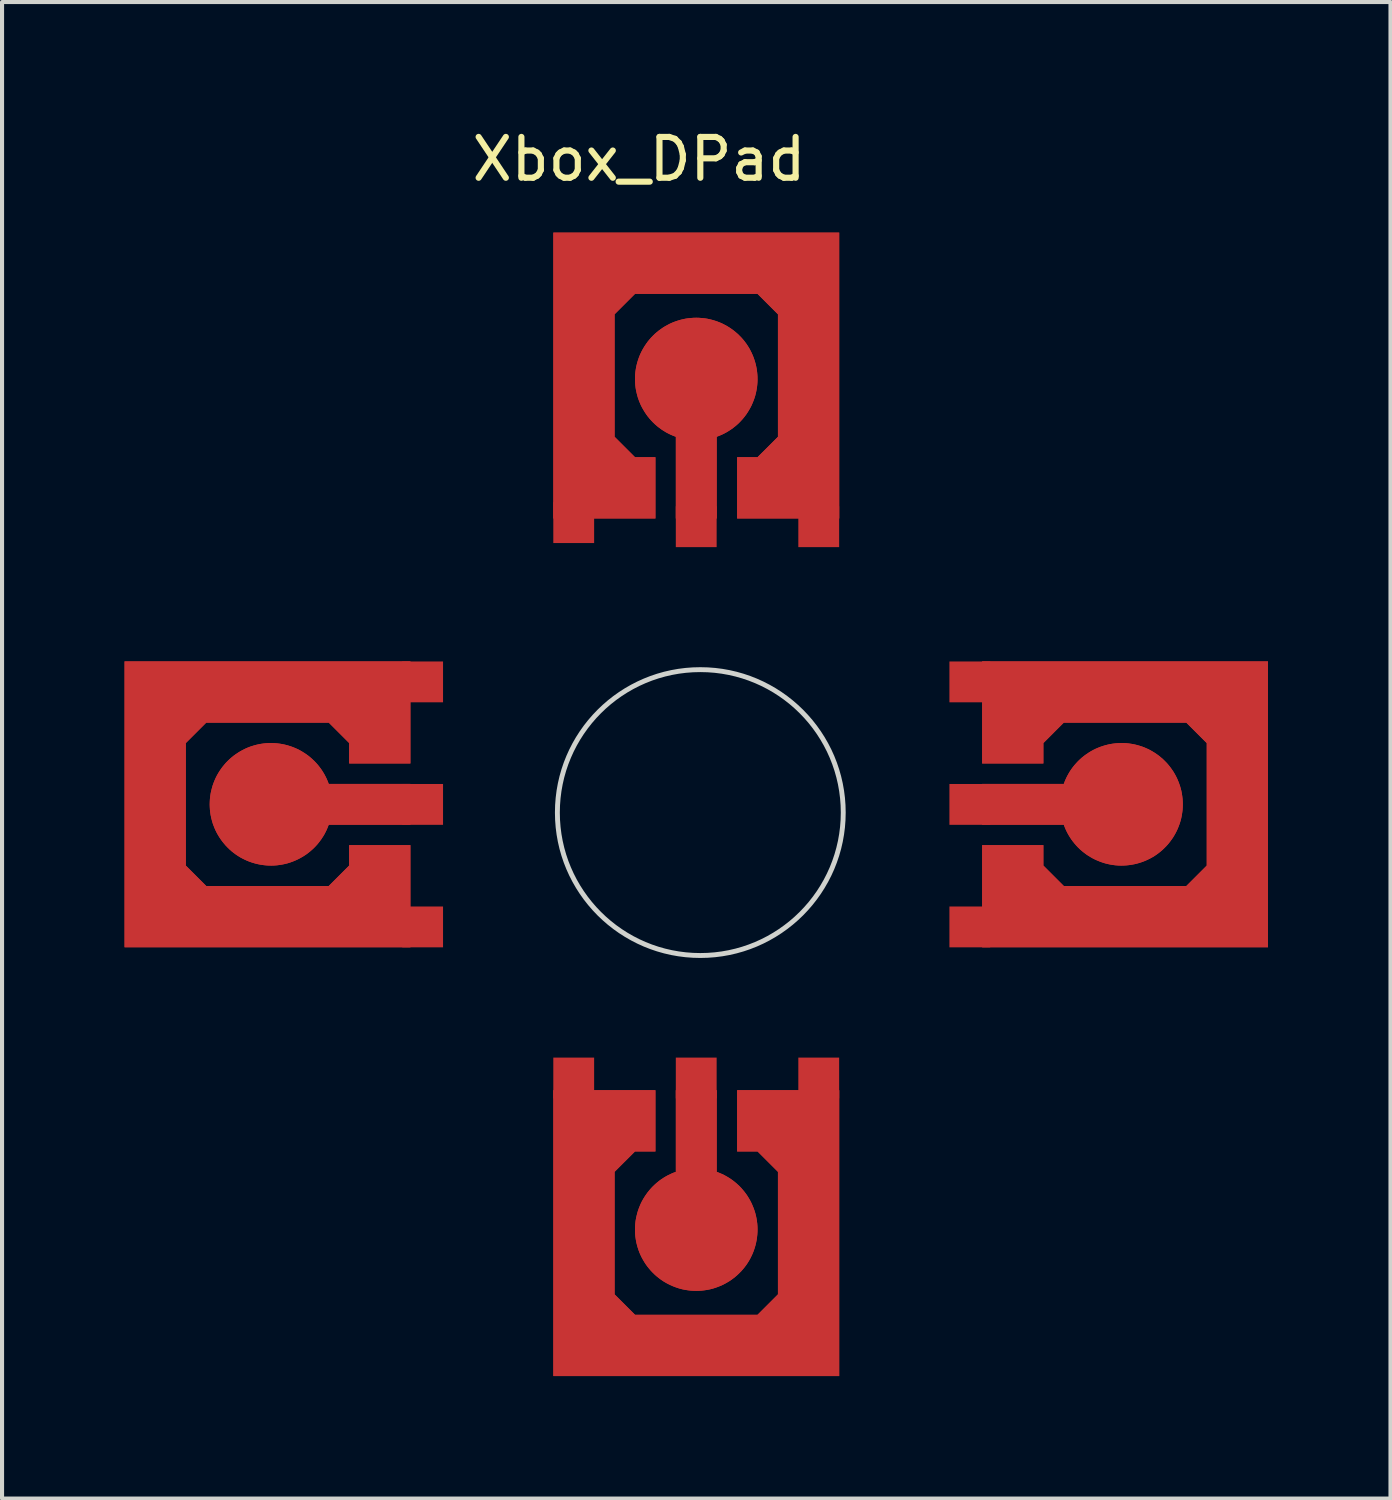
<source format=kicad_pcb>
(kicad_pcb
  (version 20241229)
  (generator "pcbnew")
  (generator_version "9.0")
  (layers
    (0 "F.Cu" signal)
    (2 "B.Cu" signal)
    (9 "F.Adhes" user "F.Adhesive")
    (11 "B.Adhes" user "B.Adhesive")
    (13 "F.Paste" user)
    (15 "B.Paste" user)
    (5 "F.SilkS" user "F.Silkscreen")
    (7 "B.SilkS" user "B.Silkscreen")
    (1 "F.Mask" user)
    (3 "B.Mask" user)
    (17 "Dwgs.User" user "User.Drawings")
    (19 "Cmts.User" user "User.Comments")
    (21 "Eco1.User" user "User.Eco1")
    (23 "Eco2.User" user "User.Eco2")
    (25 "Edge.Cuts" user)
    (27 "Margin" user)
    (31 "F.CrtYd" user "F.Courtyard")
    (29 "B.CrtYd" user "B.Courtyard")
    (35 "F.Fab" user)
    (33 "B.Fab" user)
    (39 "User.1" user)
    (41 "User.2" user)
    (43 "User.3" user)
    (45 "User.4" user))
  (footprint "Xbox_DPad"
    (layer "F.Cu")
    (at 14.099 16.848)
    (property "Reference" "Xbox_DPad" (at -1.5 -16 0) (unlocked yes) (layer "F.SilkS") (effects (font (size 1 1) (thickness 0.15))))
    (attr smd)
    (fp_poly (pts (xy -10.173 -1.663) (xy -10.11 -1.647) (xy -10.237 -1.677)) (stroke (width -0.000001) (type solid)) (fill yes) (layer "F.Cu"))
    (fp_poly (pts (xy -10.173 1.259) (xy -10.237 1.272) (xy -10.11 1.243)) (stroke (width -0.000001) (type solid)) (fill yes) (layer "F.Cu"))
    (fp_poly (pts (xy -10.048 -1.628) (xy -9.987 -1.607) (xy -10.11 -1.647)) (stroke (width -0.000001) (type solid)) (fill yes) (layer "F.Cu"))
    (fp_poly (pts (xy -10.048 1.224) (xy -10.11 1.243) (xy -9.987 1.202)) (stroke (width -0.000001) (type solid)) (fill yes) (layer "F.Cu"))
    (fp_poly (pts (xy -9.927 -1.583) (xy -9.869 -1.557) (xy -9.987 -1.607)) (stroke (width -0.000001) (type solid)) (fill yes) (layer "F.Cu"))
    (fp_poly (pts (xy -9.927 1.178) (xy -9.987 1.202) (xy -9.869 1.152)) (stroke (width -0.000001) (type solid)) (fill yes) (layer "F.Cu"))
    (fp_poly (pts (xy -9.811 -1.528) (xy -9.755 -1.496) (xy -9.868 -1.557)) (stroke (width -0.000001) (type solid)) (fill yes) (layer "F.Cu"))
    (fp_poly (pts (xy -9.811 1.123) (xy -9.868 1.152) (xy -9.755 1.091)) (stroke (width -0.000001) (type solid)) (fill yes) (layer "F.Cu"))
    (fp_poly (pts (xy -9.7 -1.462) (xy -9.646 -1.426) (xy -9.755 -1.496)) (stroke (width -0.000001) (type solid)) (fill yes) (layer "F.Cu"))
    (fp_poly (pts (xy -9.7 1.058) (xy -9.755 1.091) (xy -9.646 1.022)) (stroke (width -0.000001) (type solid)) (fill yes) (layer "F.Cu"))
    (fp_poly (pts (xy -9.594 -1.388) (xy -9.544 -1.347) (xy -9.646 -1.426)) (stroke (width -0.000001) (type solid)) (fill yes) (layer "F.Cu"))
    (fp_poly (pts (xy -9.594 0.983) (xy -9.646 1.022) (xy -9.544 0.942)) (stroke (width -0.000001) (type solid)) (fill yes) (layer "F.Cu"))
    (fp_poly (pts (xy -9.496 -1.304) (xy -9.449 -1.259) (xy -9.544 -1.347)) (stroke (width -0.000001) (type solid)) (fill yes) (layer "F.Cu"))
    (fp_poly (pts (xy -9.496 0.9) (xy -9.544 0.942) (xy -9.449 0.855)) (stroke (width -0.000001) (type solid)) (fill yes) (layer "F.Cu"))
    (fp_poly (pts (xy -9.404 -1.212) (xy -9.361 -1.163) (xy -9.449 -1.259)) (stroke (width -0.000001) (type solid)) (fill yes) (layer "F.Cu"))
    (fp_poly (pts (xy -9.404 0.808) (xy -9.449 0.855) (xy -9.361 0.758)) (stroke (width -0.000001) (type solid)) (fill yes) (layer "F.Cu"))
    (fp_poly (pts (xy -9.099 -0.702) (xy -9.099 -0.702) (xy -9.099 -0.702)) (stroke (width -0.000001) (type solid)) (fill yes) (layer "F.Cu"))
    (fp_poly (pts (xy -9.099 0.298) (xy -9.099 0.298) (xy -9.099 0.298)) (stroke (width -0.000001) (type solid)) (fill yes) (layer "F.Cu"))
    (fp_poly (pts (xy -1.574 9.935) (xy -1.56 9.872) (xy -1.544 9.809)) (stroke (width -0.000001) (type solid)) (fill yes) (layer "F.Cu"))
    (fp_poly (pts (xy -1.544 -10.213) (xy -1.56 -10.276) (xy -1.574 -10.34)) (stroke (width -0.000001) (type solid)) (fill yes) (layer "F.Cu"))
    (fp_poly (pts (xy -1.544 9.809) (xy -1.526 9.747) (xy -1.504 9.686)) (stroke (width -0.000001) (type solid)) (fill yes) (layer "F.Cu"))
    (fp_poly (pts (xy -1.504 -10.09) (xy -1.526 -10.151) (xy -1.544 -10.213)) (stroke (width -0.000001) (type solid)) (fill yes) (layer "F.Cu"))
    (fp_poly (pts (xy -1.504 9.686) (xy -1.48 9.626) (xy -1.454 9.567)) (stroke (width -0.000001) (type solid)) (fill yes) (layer "F.Cu"))
    (fp_poly (pts (xy -1.454 -9.971) (xy -1.48 -10.03) (xy -1.504 -10.09)) (stroke (width -0.000001) (type solid)) (fill yes) (layer "F.Cu"))
    (fp_poly (pts (xy -1.454 9.567) (xy -1.425 9.509) (xy -1.393 9.453)) (stroke (width -0.000001) (type solid)) (fill yes) (layer "F.Cu"))
    (fp_poly (pts (xy -1.393 -9.858) (xy -1.425 -9.914) (xy -1.454 -9.971)) (stroke (width -0.000001) (type solid)) (fill yes) (layer "F.Cu"))
    (fp_poly (pts (xy -1.393 9.453) (xy -1.359 9.398) (xy -1.323 9.345)) (stroke (width -0.000001) (type solid)) (fill yes) (layer "F.Cu"))
    (fp_poly (pts (xy -1.323 -9.749) (xy -1.359 -9.803) (xy -1.393 -9.858)) (stroke (width -0.000001) (type solid)) (fill yes) (layer "F.Cu"))
    (fp_poly (pts (xy -1.323 9.345) (xy -1.285 9.293) (xy -1.244 9.243)) (stroke (width -0.000001) (type solid)) (fill yes) (layer "F.Cu"))
    (fp_poly (pts (xy -1.244 -9.647) (xy -1.285 -9.697) (xy -1.323 -9.749)) (stroke (width -0.000001) (type solid)) (fill yes) (layer "F.Cu"))
    (fp_poly (pts (xy -1.244 9.243) (xy -1.201 9.194) (xy -1.156 9.147)) (stroke (width -0.000001) (type solid)) (fill yes) (layer "F.Cu"))
    (fp_poly (pts (xy -1.156 -9.552) (xy -1.201 -9.599) (xy -1.244 -9.647)) (stroke (width -0.000001) (type solid)) (fill yes) (layer "F.Cu"))
    (fp_poly (pts (xy -1.156 9.147) (xy -1.109 9.103) (xy -1.06 9.06)) (stroke (width -0.000001) (type solid)) (fill yes) (layer "F.Cu"))
    (fp_poly (pts (xy -1.06 -9.464) (xy -1.109 -9.507) (xy -1.156 -9.552)) (stroke (width -0.000001) (type solid)) (fill yes) (layer "F.Cu"))
    (fp_poly (pts (xy 0.401 -9.202) (xy 0.401 -9.202) (xy 0.401 -9.202)) (stroke (width -0.000001) (type solid)) (fill yes) (layer "F.Cu"))
    (fp_poly (pts (xy 0.911 -9.507) (xy 0.861 -9.464) (xy 0.958 -9.552)) (stroke (width -0.000001) (type solid)) (fill yes) (layer "F.Cu"))
    (fp_poly (pts (xy 0.911 9.103) (xy 0.958 9.147) (xy 0.861 9.06)) (stroke (width -0.000001) (type solid)) (fill yes) (layer "F.Cu"))
    (fp_poly (pts (xy 1.003 -9.599) (xy 0.958 -9.552) (xy 1.045 -9.647)) (stroke (width -0.000001) (type solid)) (fill yes) (layer "F.Cu"))
    (fp_poly (pts (xy 1.003 9.194) (xy 1.045 9.243) (xy 0.958 9.147)) (stroke (width -0.000001) (type solid)) (fill yes) (layer "F.Cu"))
    (fp_poly (pts (xy 1.086 -9.697) (xy 1.045 -9.647) (xy 1.124 -9.749)) (stroke (width -0.000001) (type solid)) (fill yes) (layer "F.Cu"))
    (fp_poly (pts (xy 1.086 9.293) (xy 1.124 9.345) (xy 1.045 9.243)) (stroke (width -0.000001) (type solid)) (fill yes) (layer "F.Cu"))
    (fp_poly (pts (xy 1.161 -9.803) (xy 1.125 -9.749) (xy 1.194 -9.858)) (stroke (width -0.000001) (type solid)) (fill yes) (layer "F.Cu"))
    (fp_poly (pts (xy 1.161 9.398) (xy 1.194 9.453) (xy 1.125 9.345)) (stroke (width -0.000001) (type solid)) (fill yes) (layer "F.Cu"))
    (fp_poly (pts (xy 1.226 -9.914) (xy 1.194 -9.858) (xy 1.255 -9.971)) (stroke (width -0.000001) (type solid)) (fill yes) (layer "F.Cu"))
    (fp_poly (pts (xy 1.226 9.509) (xy 1.255 9.567) (xy 1.194 9.453)) (stroke (width -0.000001) (type solid)) (fill yes) (layer "F.Cu"))
    (fp_poly (pts (xy 1.281 -10.03) (xy 1.255 -9.971) (xy 1.305 -10.09)) (stroke (width -0.000001) (type solid)) (fill yes) (layer "F.Cu"))
    (fp_poly (pts (xy 1.281 9.626) (xy 1.305 9.686) (xy 1.255 9.567)) (stroke (width -0.000001) (type solid)) (fill yes) (layer "F.Cu"))
    (fp_poly (pts (xy 1.327 -10.151) (xy 1.305 -10.09) (xy 1.346 -10.213)) (stroke (width -0.000001) (type solid)) (fill yes) (layer "F.Cu"))
    (fp_poly (pts (xy 1.327 9.747) (xy 1.346 9.809) (xy 1.305 9.686)) (stroke (width -0.000001) (type solid)) (fill yes) (layer "F.Cu"))
    (fp_poly (pts (xy 1.362 -10.276) (xy 1.346 -10.213) (xy 1.375 -10.34)) (stroke (width -0.000001) (type solid)) (fill yes) (layer "F.Cu"))
    (fp_poly (pts (xy 1.362 9.872) (xy 1.375 9.935) (xy 1.346 9.809)) (stroke (width -0.000001) (type solid)) (fill yes) (layer "F.Cu"))
    (fp_poly (pts (xy 9.163 -1.163) (xy 9.206 -1.212) (xy 9.25 -1.259)) (stroke (width -0.000001) (type solid)) (fill yes) (layer "F.Cu"))
    (fp_poly (pts (xy 9.25 0.855) (xy 9.206 0.808) (xy 9.163 0.758)) (stroke (width -0.000001) (type solid)) (fill yes) (layer "F.Cu"))
    (fp_poly (pts (xy 9.25 -1.259) (xy 9.297 -1.304) (xy 9.345 -1.347)) (stroke (width -0.000001) (type solid)) (fill yes) (layer "F.Cu"))
    (fp_poly (pts (xy 9.345 0.942) (xy 9.297 0.9) (xy 9.25 0.855)) (stroke (width -0.000001) (type solid)) (fill yes) (layer "F.Cu"))
    (fp_poly (pts (xy 9.346 -1.347) (xy 9.396 -1.388) (xy 9.448 -1.426)) (stroke (width -0.000001) (type solid)) (fill yes) (layer "F.Cu"))
    (fp_poly (pts (xy 9.448 1.022) (xy 9.396 0.983) (xy 9.346 0.942)) (stroke (width -0.000001) (type solid)) (fill yes) (layer "F.Cu"))
    (fp_poly (pts (xy 9.448 -1.426) (xy 9.501 -1.462) (xy 9.556 -1.496)) (stroke (width -0.000001) (type solid)) (fill yes) (layer "F.Cu"))
    (fp_poly (pts (xy 9.556 1.091) (xy 9.501 1.058) (xy 9.448 1.022)) (stroke (width -0.000001) (type solid)) (fill yes) (layer "F.Cu"))
    (fp_poly (pts (xy 9.556 -1.496) (xy 9.612 -1.528) (xy 9.67 -1.557)) (stroke (width -0.000001) (type solid)) (fill yes) (layer "F.Cu"))
    (fp_poly (pts (xy 9.67 1.152) (xy 9.612 1.123) (xy 9.556 1.091)) (stroke (width -0.000001) (type solid)) (fill yes) (layer "F.Cu"))
    (fp_poly (pts (xy 9.67 -1.557) (xy 9.729 -1.583) (xy 9.789 -1.607)) (stroke (width -0.000001) (type solid)) (fill yes) (layer "F.Cu"))
    (fp_poly (pts (xy 9.789 1.202) (xy 9.729 1.178) (xy 9.67 1.152)) (stroke (width -0.000001) (type solid)) (fill yes) (layer "F.Cu"))
    (fp_poly (pts (xy 9.789 -1.607) (xy 9.85 -1.628) (xy 9.912 -1.647)) (stroke (width -0.000001) (type solid)) (fill yes) (layer "F.Cu"))
    (fp_poly (pts (xy 9.912 1.243) (xy 9.85 1.224) (xy 9.789 1.202)) (stroke (width -0.000001) (type solid)) (fill yes) (layer "F.Cu"))
    (fp_poly (pts (xy 9.912 -1.647) (xy 9.975 -1.663) (xy 10.038 -1.677)) (stroke (width -0.000001) (type solid)) (fill yes) (layer "F.Cu"))
    (fp_poly (pts (xy 10.038 1.272) (xy 9.975 1.259) (xy 9.912 1.243)) (stroke (width -0.000001) (type solid)) (fill yes) (layer "F.Cu"))
    (fp_poly (pts (xy -10.11 -1.647) (xy -10.11 -1.647) (xy -10.11 -1.647) (xy -10.11 -1.647)) (stroke (width -0.000001) (type solid)) (fill yes) (layer "F.Cu"))
    (fp_poly (pts (xy -10.11 1.243) (xy -10.11 1.243) (xy -10.11 1.243) (xy -10.11 1.243)) (stroke (width -0.000001) (type solid)) (fill yes) (layer "F.Cu"))
    (fp_poly (pts (xy -9.987 -1.607) (xy -9.987 -1.607) (xy -9.987 -1.607) (xy -9.987 -1.607)) (stroke (width -0.000001) (type solid)) (fill yes) (layer "F.Cu"))
    (fp_poly (pts (xy -9.987 1.202) (xy -9.987 1.202) (xy -9.987 1.202) (xy -9.987 1.202)) (stroke (width -0.000001) (type solid)) (fill yes) (layer "F.Cu"))
    (fp_poly (pts (xy -9.869 -1.557) (xy -9.868 -1.557) (xy -9.869 -1.557) (xy -9.869 -1.557)) (stroke (width -0.000001) (type solid)) (fill yes) (layer "F.Cu"))
    (fp_poly (pts (xy -9.869 1.152) (xy -9.869 1.152) (xy -9.869 1.152) (xy -9.868 1.152)) (stroke (width -0.000001) (type solid)) (fill yes) (layer "F.Cu"))
    (fp_poly (pts (xy -9.755 -1.496) (xy -9.755 -1.496) (xy -9.755 -1.496) (xy -9.755 -1.496)) (stroke (width -0.000001) (type solid)) (fill yes) (layer "F.Cu"))
    (fp_poly (pts (xy -9.755 1.091) (xy -9.755 1.091) (xy -9.755 1.091) (xy -9.755 1.091)) (stroke (width -0.000001) (type solid)) (fill yes) (layer "F.Cu"))
    (fp_poly (pts (xy -9.646 -1.426) (xy -9.646 -1.426) (xy -9.646 -1.426) (xy -9.646 -1.426)) (stroke (width -0.000001) (type solid)) (fill yes) (layer "F.Cu"))
    (fp_poly (pts (xy -9.646 1.022) (xy -9.646 1.022) (xy -9.646 1.022) (xy -9.646 1.022)) (stroke (width -0.000001) (type solid)) (fill yes) (layer "F.Cu"))
    (fp_poly (pts (xy -9.544 -1.347) (xy -9.544 -1.347) (xy -9.544 -1.347) (xy -9.544 -1.347)) (stroke (width -0.000001) (type solid)) (fill yes) (layer "F.Cu"))
    (fp_poly (pts (xy -9.544 0.942) (xy -9.544 0.942) (xy -9.544 0.942) (xy -9.544 0.942)) (stroke (width -0.000001) (type solid)) (fill yes) (layer "F.Cu"))
    (fp_poly (pts (xy -9.449 -1.259) (xy -9.449 -1.259) (xy -9.449 -1.259) (xy -9.449 -1.259)) (stroke (width -0.000001) (type solid)) (fill yes) (layer "F.Cu"))
    (fp_poly (pts (xy -9.449 0.855) (xy -9.449 0.855) (xy -9.449 0.855) (xy -9.449 0.855)) (stroke (width -0.000001) (type solid)) (fill yes) (layer "F.Cu"))
    (fp_poly (pts (xy -1.544 -10.213) (xy -1.544 -10.213) (xy -1.544 -10.213) (xy -1.544 -10.213)) (stroke (width -0.000001) (type solid)) (fill yes) (layer "F.Cu"))
    (fp_poly (pts (xy -1.544 9.809) (xy -1.544 9.809) (xy -1.544 9.809) (xy -1.544 9.809)) (stroke (width -0.000001) (type solid)) (fill yes) (layer "F.Cu"))
    (fp_poly (pts (xy -1.504 -10.09) (xy -1.504 -10.09) (xy -1.504 -10.09) (xy -1.504 -10.09)) (stroke (width -0.000001) (type solid)) (fill yes) (layer "F.Cu"))
    (fp_poly (pts (xy -1.504 9.686) (xy -1.504 9.686) (xy -1.504 9.686) (xy -1.504 9.686)) (stroke (width -0.000001) (type solid)) (fill yes) (layer "F.Cu"))
    (fp_poly (pts (xy -1.454 -9.971) (xy -1.454 -9.971) (xy -1.454 -9.971) (xy -1.454 -9.971)) (stroke (width -0.000001) (type solid)) (fill yes) (layer "F.Cu"))
    (fp_poly (pts (xy -1.454 9.567) (xy -1.454 9.567) (xy -1.454 9.567) (xy -1.454 9.567)) (stroke (width -0.000001) (type solid)) (fill yes) (layer "F.Cu"))
    (fp_poly (pts (xy -1.393 -9.858) (xy -1.393 -9.858) (xy -1.393 -9.858) (xy -1.393 -9.858)) (stroke (width -0.000001) (type solid)) (fill yes) (layer "F.Cu"))
    (fp_poly (pts (xy -1.393 9.453) (xy -1.393 9.453) (xy -1.393 9.453) (xy -1.393 9.453)) (stroke (width -0.000001) (type solid)) (fill yes) (layer "F.Cu"))
    (fp_poly (pts (xy -1.323 -9.749) (xy -1.323 -9.749) (xy -1.323 -9.749) (xy -1.323 -9.749)) (stroke (width -0.000001) (type solid)) (fill yes) (layer "F.Cu"))
    (fp_poly (pts (xy -1.323 9.345) (xy -1.323 9.345) (xy -1.323 9.345) (xy -1.323 9.345)) (stroke (width -0.000001) (type solid)) (fill yes) (layer "F.Cu"))
    (fp_poly (pts (xy -1.244 -9.647) (xy -1.244 -9.647) (xy -1.244 -9.647) (xy -1.244 -9.647)) (stroke (width -0.000001) (type solid)) (fill yes) (layer "F.Cu"))
    (fp_poly (pts (xy -1.244 9.243) (xy -1.244 9.243) (xy -1.244 9.243) (xy -1.244 9.243)) (stroke (width -0.000001) (type solid)) (fill yes) (layer "F.Cu"))
    (fp_poly (pts (xy -1.156 -9.552) (xy -1.156 -9.552) (xy -1.156 -9.552) (xy -1.156 -9.552)) (stroke (width -0.000001) (type solid)) (fill yes) (layer "F.Cu"))
    (fp_poly (pts (xy -1.156 9.147) (xy -1.156 9.147) (xy -1.156 9.147) (xy -1.156 9.147)) (stroke (width -0.000001) (type solid)) (fill yes) (layer "F.Cu"))
    (fp_poly (pts (xy 0.958 -9.552) (xy 0.958 -9.552) (xy 0.958 -9.552) (xy 0.958 -9.552)) (stroke (width -0.000001) (type solid)) (fill yes) (layer "F.Cu"))
    (fp_poly (pts (xy 0.958 9.147) (xy 0.958 9.147) (xy 0.958 9.147) (xy 0.958 9.147)) (stroke (width -0.000001) (type solid)) (fill yes) (layer "F.Cu"))
    (fp_poly (pts (xy 1.045 -9.647) (xy 1.045 -9.647) (xy 1.045 -9.647) (xy 1.045 -9.647)) (stroke (width -0.000001) (type solid)) (fill yes) (layer "F.Cu"))
    (fp_poly (pts (xy 1.045 9.243) (xy 1.045 9.243) (xy 1.045 9.243) (xy 1.045 9.243)) (stroke (width -0.000001) (type solid)) (fill yes) (layer "F.Cu"))
    (fp_poly (pts (xy 1.125 -9.749) (xy 1.124 -9.749) (xy 1.125 -9.749) (xy 1.125 -9.749)) (stroke (width -0.000001) (type solid)) (fill yes) (layer "F.Cu"))
    (fp_poly (pts (xy 1.125 9.345) (xy 1.125 9.345) (xy 1.125 9.345) (xy 1.124 9.345)) (stroke (width -0.000001) (type solid)) (fill yes) (layer "F.Cu"))
    (fp_poly (pts (xy 1.194 -9.858) (xy 1.194 -9.858) (xy 1.194 -9.858) (xy 1.194 -9.858)) (stroke (width -0.000001) (type solid)) (fill yes) (layer "F.Cu"))
    (fp_poly (pts (xy 1.194 9.453) (xy 1.194 9.453) (xy 1.194 9.453) (xy 1.194 9.453)) (stroke (width -0.000001) (type solid)) (fill yes) (layer "F.Cu"))
    (fp_poly (pts (xy 1.255 -9.971) (xy 1.255 -9.971) (xy 1.255 -9.971) (xy 1.255 -9.971)) (stroke (width -0.000001) (type solid)) (fill yes) (layer "F.Cu"))
    (fp_poly (pts (xy 1.255 9.567) (xy 1.255 9.567) (xy 1.255 9.567) (xy 1.255 9.567)) (stroke (width -0.000001) (type solid)) (fill yes) (layer "F.Cu"))
    (fp_poly (pts (xy 1.305 -10.09) (xy 1.305 -10.09) (xy 1.305 -10.09) (xy 1.305 -10.09)) (stroke (width -0.000001) (type solid)) (fill yes) (layer "F.Cu"))
    (fp_poly (pts (xy 1.305 9.686) (xy 1.305 9.686) (xy 1.305 9.686) (xy 1.305 9.686)) (stroke (width -0.000001) (type solid)) (fill yes) (layer "F.Cu"))
    (fp_poly (pts (xy 1.346 -10.213) (xy 1.346 -10.213) (xy 1.346 -10.213) (xy 1.346 -10.213)) (stroke (width -0.000001) (type solid)) (fill yes) (layer "F.Cu"))
    (fp_poly (pts (xy 1.346 9.809) (xy 1.346 9.809) (xy 1.346 9.809) (xy 1.346 9.809)) (stroke (width -0.000001) (type solid)) (fill yes) (layer "F.Cu"))
    (fp_poly (pts (xy 9.25 -1.259) (xy 9.25 -1.259) (xy 9.25 -1.259) (xy 9.25 -1.259)) (stroke (width -0.000001) (type solid)) (fill yes) (layer "F.Cu"))
    (fp_poly (pts (xy 9.25 0.855) (xy 9.25 0.855) (xy 9.25 0.855) (xy 9.25 0.855)) (stroke (width -0.000001) (type solid)) (fill yes) (layer "F.Cu"))
    (fp_poly (pts (xy 9.345 -1.347) (xy 9.345 -1.347) (xy 9.345 -1.347) (xy 9.346 -1.347)) (stroke (width -0.000001) (type solid)) (fill yes) (layer "F.Cu"))
    (fp_poly (pts (xy 9.345 0.942) (xy 9.346 0.942) (xy 9.345 0.942) (xy 9.345 0.942)) (stroke (width -0.000001) (type solid)) (fill yes) (layer "F.Cu"))
    (fp_poly (pts (xy 9.448 -1.426) (xy 9.448 -1.426) (xy 9.448 -1.426) (xy 9.448 -1.426)) (stroke (width -0.000001) (type solid)) (fill yes) (layer "F.Cu"))
    (fp_poly (pts (xy 9.448 1.022) (xy 9.448 1.022) (xy 9.448 1.022) (xy 9.448 1.022)) (stroke (width -0.000001) (type solid)) (fill yes) (layer "F.Cu"))
    (fp_poly (pts (xy 9.556 -1.496) (xy 9.556 -1.496) (xy 9.556 -1.496) (xy 9.556 -1.496)) (stroke (width -0.000001) (type solid)) (fill yes) (layer "F.Cu"))
    (fp_poly (pts (xy 9.556 1.091) (xy 9.556 1.091) (xy 9.556 1.091) (xy 9.556 1.091)) (stroke (width -0.000001) (type solid)) (fill yes) (layer "F.Cu"))
    (fp_poly (pts (xy 9.67 -1.557) (xy 9.67 -1.557) (xy 9.67 -1.557) (xy 9.67 -1.557)) (stroke (width -0.000001) (type solid)) (fill yes) (layer "F.Cu"))
    (fp_poly (pts (xy 9.67 1.152) (xy 9.67 1.152) (xy 9.67 1.152) (xy 9.67 1.152)) (stroke (width -0.000001) (type solid)) (fill yes) (layer "F.Cu"))
    (fp_poly (pts (xy 9.789 -1.607) (xy 9.789 -1.607) (xy 9.789 -1.607) (xy 9.789 -1.607)) (stroke (width -0.000001) (type solid)) (fill yes) (layer "F.Cu"))
    (fp_poly (pts (xy 9.789 1.202) (xy 9.789 1.202) (xy 9.789 1.202) (xy 9.789 1.202)) (stroke (width -0.000001) (type solid)) (fill yes) (layer "F.Cu"))
    (fp_poly (pts (xy 9.912 -1.647) (xy 9.912 -1.647) (xy 9.912 -1.647) (xy 9.912 -1.647)) (stroke (width -0.000001) (type solid)) (fill yes) (layer "F.Cu"))
    (fp_poly (pts (xy 9.912 1.243) (xy 9.912 1.243) (xy 9.912 1.243) (xy 9.912 1.243)) (stroke (width -0.000001) (type solid)) (fill yes) (layer "F.Cu"))
    (fp_poly (pts (xy -0.663 8.822) (xy -0.725 8.849) (xy -0.751 8.861) (xy -0.725 8.849) (xy -0.663 8.822) (xy -0.599 8.798) (xy -0.599 8.798)) (stroke (width -0.000001) (type solid)) (fill yes) (layer "F.Cu"))
    (fp_poly (pts (xy 0.464 8.822) (xy 0.526 8.849) (xy 0.552 8.861) (xy 0.526 8.849) (xy 0.464 8.822) (xy 0.401 8.798) (xy 0.401 8.798)) (stroke (width -0.000001) (type solid)) (fill yes) (layer "F.Cu"))
    (fp_poly (pts (xy 8.925 0.361) (xy 8.952 0.424) (xy 8.964 0.449) (xy 8.952 0.424) (xy 8.925 0.361) (xy 8.901 0.298) (xy 8.901 0.298)) (stroke (width -0.000001) (type solid)) (fill yes) (layer "F.Cu"))
    (fp_poly (pts (xy 8.952 -0.828) (xy 8.925 -0.766) (xy 8.901 -0.702) (xy 8.901 -0.702) (xy 8.925 -0.766) (xy 8.952 -0.828) (xy 8.964 -0.854)) (stroke (width -0.000001) (type solid)) (fill yes) (layer "F.Cu"))
    (fp_poly (pts (xy -0.786 8.878) (xy -0.844 8.91) (xy -0.901 8.944) (xy -0.956 8.98) (xy -1.009 9.019) (xy -1.06 9.06) (xy -1.06 9.06) (xy -1.06 9.06) (xy -1.009 9.019) (xy -0.956 8.98) (xy -0.901 8.944) (xy -0.844 8.91) (xy -0.786 8.878) (xy -0.751 8.861)) (stroke (width -0.000001) (type solid)) (fill yes) (layer "F.Cu"))
    (fp_poly (pts (xy 0.587 8.878) (xy 0.645 8.91) (xy 0.702 8.944) (xy 0.757 8.98) (xy 0.81 9.019) (xy 0.861 9.06) (xy 0.861 9.06) (xy 0.861 9.06) (xy 0.81 9.019) (xy 0.757 8.98) (xy 0.702 8.944) (xy 0.645 8.91) (xy 0.587 8.878) (xy 0.552 8.861)) (stroke (width -0.000001) (type solid)) (fill yes) (layer "F.Cu"))
    (fp_poly (pts (xy 8.981 0.484) (xy 9.013 0.543) (xy 9.047 0.599) (xy 9.083 0.654) (xy 9.122 0.707) (xy 9.163 0.758) (xy 9.163 0.758) (xy 9.163 0.758) (xy 9.122 0.707) (xy 9.083 0.654) (xy 9.047 0.599) (xy 9.013 0.543) (xy 8.981 0.484) (xy 8.964 0.449)) (stroke (width -0.000001) (type solid)) (fill yes) (layer "F.Cu"))
    (fp_poly (pts (xy 9.163 -1.163) (xy 9.122 -1.112) (xy 9.083 -1.059) (xy 9.047 -1.004) (xy 9.013 -0.947) (xy 8.981 -0.889) (xy 8.964 -0.854) (xy 8.981 -0.889) (xy 9.013 -0.947) (xy 9.047 -1.004) (xy 9.083 -1.059) (xy 9.122 -1.112) (xy 9.163 -1.163) (xy 9.163 -1.163)) (stroke (width -0.000001) (type solid)) (fill yes) (layer "F.Cu"))
    (fp_poly (pts (xy -7.099 -1.202) (xy -8.599 -1.202) (xy -8.599 -1.702) (xy -9.099 -2.202) (xy -12.099 -2.202) (xy -12.599 -1.702) (xy -12.599 1.298) (xy -12.099 1.798) (xy -9.099 1.798) (xy -8.599 1.298) (xy -8.599 0.798) (xy -7.099 0.798) (xy -7.099 3.298) (xy -14.099 3.298) (xy -14.099 -3.702) (xy -7.099 -3.702)) (stroke (width -0.000001) (type solid)) (fill yes) (layer "F.Cu"))
    (fp_poly (pts (xy -7.099 -1.202) (xy -8.599 -1.202) (xy -8.599 -1.702) (xy -9.099 -2.202) (xy -12.099 -2.202) (xy -12.599 -1.702) (xy -12.599 1.298) (xy -12.099 1.798) (xy -9.099 1.798) (xy -8.599 1.298) (xy -8.599 0.798) (xy -7.099 0.798) (xy -7.099 3.298) (xy -14.099 3.298) (xy -14.099 -3.702) (xy -7.099 -3.702)) (stroke (width -0.000001) (type solid)) (fill yes) (layer "F.Cu"))
    (fp_poly (pts (xy -1.099 8.298) (xy -1.599 8.298) (xy -2.099 8.798) (xy -2.099 11.798) (xy -1.599 12.298) (xy 1.401 12.298) (xy 1.901 11.798) (xy 1.901 8.798) (xy 1.401 8.298) (xy 0.901 8.298) (xy 0.901 6.798) (xy 3.401 6.798) (xy 3.401 13.798) (xy -3.599 13.798) (xy -3.599 6.798) (xy -1.099 6.798)) (stroke (width -0.000001) (type solid)) (fill yes) (layer "F.Cu"))
    (fp_poly (pts (xy -1.099 8.298) (xy -1.599 8.298) (xy -2.099 8.798) (xy -2.099 11.798) (xy -1.599 12.298) (xy 1.401 12.298) (xy 1.901 11.798) (xy 1.901 8.798) (xy 1.401 8.298) (xy 0.901 8.298) (xy 0.901 6.798) (xy 3.401 6.798) (xy 3.401 13.798) (xy -3.599 13.798) (xy -3.599 6.798) (xy -1.099 6.798)) (stroke (width -0.000001) (type solid)) (fill yes) (layer "F.Cu"))
    (fp_poly (pts (xy 3.401 -7.202) (xy 0.901 -7.202) (xy 0.901 -8.702) (xy 1.401 -8.702) (xy 1.901 -9.202) (xy 1.901 -12.202) (xy 1.401 -12.702) (xy -1.599 -12.702) (xy -2.099 -12.202) (xy -2.099 -9.202) (xy -1.599 -8.702) (xy -1.099 -8.702) (xy -1.099 -7.202) (xy -3.599 -7.202) (xy -3.599 -14.202) (xy 3.401 -14.202)) (stroke (width -0.000001) (type solid)) (fill yes) (layer "F.Cu"))
    (fp_poly (pts (xy 3.401 -7.202) (xy 0.901 -7.202) (xy 0.901 -8.702) (xy 1.401 -8.702) (xy 1.901 -9.202) (xy 1.901 -12.202) (xy 1.401 -12.702) (xy -1.599 -12.702) (xy -2.099 -12.202) (xy -2.099 -9.202) (xy -1.599 -8.702) (xy -1.099 -8.702) (xy -1.099 -7.202) (xy -3.599 -7.202) (xy -3.599 -14.202) (xy 3.401 -14.202)) (stroke (width -0.000001) (type solid)) (fill yes) (layer "F.Cu"))
    (fp_poly (pts (xy 13.901 3.298) (xy 6.901 3.298) (xy 6.901 0.798) (xy 8.401 0.798) (xy 8.401 1.298) (xy 8.901 1.798) (xy 11.901 1.798) (xy 12.401 1.298) (xy 12.401 -1.702) (xy 11.901 -2.202) (xy 8.901 -2.202) (xy 8.401 -1.702) (xy 8.401 -1.202) (xy 6.901 -1.202) (xy 6.901 -3.702) (xy 13.901 -3.702)) (stroke (width -0.000001) (type solid)) (fill yes) (layer "F.Cu"))
    (fp_poly (pts (xy 13.901 3.298) (xy 6.901 3.298) (xy 6.901 0.798) (xy 8.401 0.798) (xy 8.401 1.298) (xy 8.901 1.798) (xy 11.901 1.798) (xy 12.401 1.298) (xy 12.401 -1.702) (xy 11.901 -2.202) (xy 8.901 -2.202) (xy 8.401 -1.702) (xy 8.401 -1.202) (xy 6.901 -1.202) (xy 6.901 -3.702) (xy 13.901 -3.702)) (stroke (width -0.000001) (type solid)) (fill yes) (layer "F.Cu"))
    (fp_poly (pts (xy -9.361 -1.163) (xy -9.321 -1.112) (xy -9.282 -1.059) (xy -9.246 -1.004) (xy -9.211 -0.947) (xy -9.18 -0.889) (xy -9.15 -0.828) (xy -9.124 -0.766) (xy -9.099 -0.702) (xy -9.099 -0.702) (xy -9.124 -0.766) (xy -9.15 -0.828) (xy -9.18 -0.889) (xy -9.211 -0.947) (xy -9.246 -1.004) (xy -9.282 -1.059) (xy -9.321 -1.112) (xy -9.361 -1.163) (xy -9.361 -1.163)) (stroke (width -0.000001) (type solid)) (fill yes) (layer "F.Cu"))
    (fp_poly (pts (xy -9.124 0.361) (xy -9.15 0.424) (xy -9.18 0.484) (xy -9.211 0.543) (xy -9.246 0.599) (xy -9.282 0.654) (xy -9.321 0.707) (xy -9.361 0.758) (xy -9.361 0.758) (xy -9.361 0.758) (xy -9.321 0.707) (xy -9.282 0.654) (xy -9.246 0.599) (xy -9.211 0.543) (xy -9.18 0.484) (xy -9.15 0.424) (xy -9.124 0.361) (xy -9.099 0.298) (xy -9.099 0.298)) (stroke (width -0.000001) (type solid)) (fill yes) (layer "F.Cu"))
    (fp_poly (pts (xy -1.06 -9.464) (xy -1.009 -9.424) (xy -0.956 -9.385) (xy -0.901 -9.349) (xy -0.844 -9.314) (xy -0.786 -9.283) (xy -0.725 -9.253) (xy -0.663 -9.227) (xy -0.599 -9.202) (xy -0.599 -9.202) (xy -0.663 -9.227) (xy -0.725 -9.253) (xy -0.786 -9.283) (xy -0.844 -9.314) (xy -0.901 -9.349) (xy -0.956 -9.385) (xy -1.009 -9.424) (xy -1.06 -9.464) (xy -1.06 -9.464)) (stroke (width -0.000001) (type solid)) (fill yes) (layer "F.Cu"))
    (fp_poly (pts (xy 0.861 -9.464) (xy 0.81 -9.424) (xy 0.757 -9.385) (xy 0.702 -9.349) (xy 0.645 -9.314) (xy 0.587 -9.283) (xy 0.526 -9.253) (xy 0.464 -9.227) (xy 0.401 -9.202) (xy 0.401 -9.202) (xy 0.464 -9.227) (xy 0.526 -9.253) (xy 0.587 -9.283) (xy 0.645 -9.314) (xy 0.702 -9.349) (xy 0.757 -9.385) (xy 0.81 -9.424) (xy 0.861 -9.464) (xy 0.861 -9.464)) (stroke (width -0.000001) (type solid)) (fill yes) (layer "F.Cu"))
    (fp_poly (pts (xy -12 0) (xy -11.99 0.066) (xy -11.976 0.131) (xy -11.96 0.195) (xy -11.942 0.258) (xy -11.92 0.319) (xy -11.896 0.38) (xy -11.87 0.439) (xy -11.841 0.497) (xy -11.809 0.554) (xy -11.775 0.609) (xy -11.739 0.662) (xy -11.701 0.714) (xy -11.66 0.764) (xy -11.618 0.813) (xy -11.573 0.859) (xy -11.527 0.904) (xy -11.478 0.947) (xy -11.428 0.987) (xy -11.375 1.026) (xy -11.321 1.062) (xy -11.266 1.096) (xy -11.208 1.127) (xy -11.15 1.156) (xy -11.089 1.183) (xy -11.028 1.207) (xy -10.964 1.228) (xy -10.9 1.247) (xy -10.834 1.263) (xy -10.767 1.276) (xy -10.7 1.286) (xy -10.633 1.293) (xy -10.566 1.297) (xy -10.499 1.298) (xy -10.433 1.296) (xy -10.367 1.291) (xy -10.302 1.283) (xy -10.237 1.272) (xy -10.237 1.272) (xy -10.237 1.272) (xy -10.302 1.283) (xy -10.367 1.291) (xy -10.433 1.296) (xy -10.499 1.298) (xy -10.566 1.297) (xy -10.633 1.293) (xy -10.7 1.286) (xy -10.767 1.276) (xy -10.834 1.263) (xy -10.9 1.247) (xy -10.964 1.228) (xy -11.028 1.207) (xy -11.089 1.183) (xy -11.15 1.156) (xy -11.208 1.127) (xy -11.266 1.096) (xy -11.321 1.062) (xy -11.375 1.026) (xy -11.428 0.987) (xy -11.478 0.947) (xy -11.527 0.904) (xy -11.573 0.859) (xy -11.618 0.813) (xy -11.66 0.764) (xy -11.701 0.714) (xy -11.739 0.662) (xy -11.775 0.609) (xy -11.809 0.554) (xy -11.841 0.497) (xy -11.87 0.439) (xy -11.896 0.38) (xy -11.92 0.319) (xy -11.942 0.258) (xy -11.96 0.195) (xy -11.976 0.131) (xy -11.99 0.066) (xy -12 0) (xy -12.008 -0.067)) (stroke (width -0.000001) (type solid)) (fill yes) (layer "F.Cu"))
    (fp_poly (pts (xy -10.433 -1.7) (xy -10.367 -1.695) (xy -10.302 -1.687) (xy -10.237 -1.677) (xy -10.237 -1.677) (xy -10.237 -1.677) (xy -10.302 -1.687) (xy -10.367 -1.695) (xy -10.433 -1.7) (xy -10.499 -1.702) (xy -10.566 -1.702) (xy -10.633 -1.698) (xy -10.7 -1.691) (xy -10.767 -1.681) (xy -10.834 -1.668) (xy -10.9 -1.652) (xy -10.964 -1.633) (xy -11.028 -1.612) (xy -11.089 -1.588) (xy -11.15 -1.561) (xy -11.208 -1.532) (xy -11.266 -1.5) (xy -11.321 -1.466) (xy -11.375 -1.43) (xy -11.428 -1.392) (xy -11.478 -1.351) (xy -11.527 -1.309) (xy -11.573 -1.264) (xy -11.618 -1.218) (xy -11.66 -1.169) (xy -11.701 -1.119) (xy -11.739 -1.067) (xy -11.775 -1.014) (xy -11.809 -0.959) (xy -11.841 -0.902) (xy -11.87 -0.844) (xy -11.896 -0.785) (xy -11.92 -0.724) (xy -11.942 -0.662) (xy -11.96 -0.599) (xy -11.976 -0.536) (xy -11.99 -0.471) (xy -12 -0.405) (xy -12.008 -0.338) (xy -12 -0.405) (xy -11.99 -0.471) (xy -11.976 -0.536) (xy -11.96 -0.599) (xy -11.942 -0.662) (xy -11.92 -0.724) (xy -11.896 -0.785) (xy -11.87 -0.844) (xy -11.841 -0.902) (xy -11.809 -0.959) (xy -11.775 -1.014) (xy -11.739 -1.067) (xy -11.701 -1.119) (xy -11.66 -1.169) (xy -11.618 -1.218) (xy -11.573 -1.264) (xy -11.527 -1.309) (xy -11.478 -1.351) (xy -11.428 -1.392) (xy -11.375 -1.43) (xy -11.321 -1.466) (xy -11.266 -1.5) (xy -11.208 -1.532) (xy -11.15 -1.561) (xy -11.089 -1.588) (xy -11.028 -1.612) (xy -10.964 -1.633) (xy -10.9 -1.652) (xy -10.834 -1.668) (xy -10.767 -1.681) (xy -10.7 -1.691) (xy -10.633 -1.698) (xy -10.566 -1.702) (xy -10.499 -1.702)) (stroke (width -0.000001) (type solid)) (fill yes) (layer "F.Cu"))
    (fp_poly (pts (xy 10.367 -1.702) (xy 10.434 -1.698) (xy 10.501 -1.691) (xy 10.568 -1.681) (xy 10.635 -1.668) (xy 10.701 -1.652) (xy 10.766 -1.633) (xy 10.829 -1.612) (xy 10.891 -1.588) (xy 10.951 -1.561) (xy 11.01 -1.532) (xy 11.067 -1.5) (xy 11.123 -1.466) (xy 11.177 -1.43) (xy 11.229 -1.392) (xy 11.279 -1.351) (xy 11.328 -1.309) (xy 11.374 -1.264) (xy 11.419 -1.218) (xy 11.462 -1.169) (xy 11.502 -1.119) (xy 11.54 -1.067) (xy 11.577 -1.014) (xy 11.61 -0.959) (xy 11.642 -0.902) (xy 11.671 -0.844) (xy 11.697 -0.785) (xy 11.721 -0.724) (xy 11.743 -0.662) (xy 11.762 -0.599) (xy 11.778 -0.536) (xy 11.791 -0.471) (xy 11.801 -0.405) (xy 11.809 -0.338) (xy 11.801 -0.405) (xy 11.791 -0.471) (xy 11.778 -0.536) (xy 11.762 -0.599) (xy 11.743 -0.662) (xy 11.721 -0.724) (xy 11.697 -0.785) (xy 11.671 -0.844) (xy 11.642 -0.902) (xy 11.61 -0.959) (xy 11.577 -1.014) (xy 11.54 -1.067) (xy 11.502 -1.119) (xy 11.462 -1.169) (xy 11.419 -1.218) (xy 11.374 -1.264) (xy 11.328 -1.309) (xy 11.279 -1.351) (xy 11.229 -1.392) (xy 11.177 -1.43) (xy 11.123 -1.466) (xy 11.067 -1.5) (xy 11.01 -1.532) (xy 10.951 -1.561) (xy 10.891 -1.588) (xy 10.829 -1.612) (xy 10.766 -1.633) (xy 10.701 -1.652) (xy 10.635 -1.668) (xy 10.568 -1.681) (xy 10.501 -1.691) (xy 10.434 -1.698) (xy 10.367 -1.702) (xy 10.3 -1.702) (xy 10.234 -1.7) (xy 10.168 -1.695) (xy 10.103 -1.687) (xy 10.038 -1.677) (xy 10.038 -1.677) (xy 10.038 -1.677) (xy 10.103 -1.687) (xy 10.168 -1.695) (xy 10.234 -1.7) (xy 10.3 -1.702)) (stroke (width -0.000001) (type solid)) (fill yes) (layer "F.Cu"))
    (fp_poly (pts (xy 11.801 0) (xy 11.791 0.066) (xy 11.778 0.131) (xy 11.762 0.195) (xy 11.743 0.258) (xy 11.721 0.319) (xy 11.697 0.38) (xy 11.671 0.439) (xy 11.642 0.497) (xy 11.61 0.554) (xy 11.577 0.609) (xy 11.54 0.662) (xy 11.502 0.714) (xy 11.462 0.764) (xy 11.419 0.813) (xy 11.374 0.859) (xy 11.328 0.904) (xy 11.279 0.947) (xy 11.229 0.987) (xy 11.177 1.026) (xy 11.123 1.062) (xy 11.067 1.096) (xy 11.01 1.127) (xy 10.951 1.156) (xy 10.891 1.183) (xy 10.829 1.207) (xy 10.766 1.228) (xy 10.701 1.247) (xy 10.635 1.263) (xy 10.568 1.276) (xy 10.501 1.286) (xy 10.434 1.293) (xy 10.367 1.297) (xy 10.3 1.298) (xy 10.234 1.296) (xy 10.168 1.291) (xy 10.103 1.283) (xy 10.038 1.272) (xy 10.038 1.272) (xy 10.038 1.272) (xy 10.103 1.283) (xy 10.168 1.291) (xy 10.234 1.296) (xy 10.3 1.298) (xy 10.367 1.297) (xy 10.434 1.293) (xy 10.501 1.286) (xy 10.568 1.276) (xy 10.635 1.263) (xy 10.701 1.247) (xy 10.766 1.228) (xy 10.829 1.207) (xy 10.891 1.183) (xy 10.951 1.156) (xy 11.01 1.127) (xy 11.067 1.096) (xy 11.123 1.062) (xy 11.177 1.026) (xy 11.229 0.987) (xy 11.279 0.947) (xy 11.328 0.904) (xy 11.374 0.859) (xy 11.419 0.813) (xy 11.462 0.764) (xy 11.502 0.714) (xy 11.54 0.662) (xy 11.577 0.609) (xy 11.61 0.554) (xy 11.642 0.497) (xy 11.671 0.439) (xy 11.697 0.38) (xy 11.721 0.319) (xy 11.743 0.258) (xy 11.762 0.195) (xy 11.778 0.131) (xy 11.791 0.066) (xy 11.801 0) (xy 11.809 -0.067)) (stroke (width -0.000001) (type solid)) (fill yes) (layer "F.Cu"))
    (fp_poly (pts (xy -1.574 9.935) (xy -1.585 10) (xy -1.592 10.065) (xy -1.597 10.131) (xy -1.599 10.197) (xy -1.599 10.264) (xy -1.595 10.331) (xy -1.588 10.398) (xy -1.578 10.466) (xy -1.565 10.532) (xy -1.549 10.598) (xy -1.53 10.663) (xy -1.509 10.726) (xy -1.485 10.788) (xy -1.458 10.848) (xy -1.429 10.907) (xy -1.397 10.964) (xy -1.363 11.02) (xy -1.327 11.074) (xy -1.289 11.126) (xy -1.248 11.176) (xy -1.206 11.225) (xy -1.161 11.271) (xy -1.115 11.316) (xy -1.066 11.359) (xy -1.016 11.399) (xy -0.964 11.438) (xy -0.911 11.474) (xy -0.856 11.507) (xy -0.799 11.539) (xy -0.741 11.568) (xy -0.682 11.594) (xy -0.621 11.618) (xy -0.559 11.64) (xy -0.497 11.659) (xy -0.433 11.675) (xy -0.368 11.688) (xy -0.302 11.698) (xy -0.235 11.706) (xy -0.168 11.71) (xy -0.099 11.712) (xy -0.168 11.71) (xy -0.235 11.706) (xy -0.302 11.698) (xy -0.368 11.688) (xy -0.433 11.675) (xy -0.497 11.659) (xy -0.559 11.64) (xy -0.621 11.618) (xy -0.682 11.594) (xy -0.741 11.568) (xy -0.799 11.539) (xy -0.856 11.507) (xy -0.911 11.474) (xy -0.964 11.438) (xy -1.016 11.399) (xy -1.066 11.359) (xy -1.115 11.316) (xy -1.161 11.271) (xy -1.206 11.225) (xy -1.248 11.176) (xy -1.289 11.126) (xy -1.327 11.074) (xy -1.363 11.02) (xy -1.397 10.964) (xy -1.429 10.907) (xy -1.458 10.848) (xy -1.485 10.788) (xy -1.509 10.726) (xy -1.53 10.663) (xy -1.549 10.598) (xy -1.565 10.532) (xy -1.578 10.466) (xy -1.588 10.398) (xy -1.595 10.331) (xy -1.599 10.264) (xy -1.599 10.197) (xy -1.597 10.131) (xy -1.592 10.065) (xy -1.585 10) (xy -1.574 9.935) (xy -1.574 9.935)) (stroke (width -0.000001) (type solid)) (fill yes) (layer "F.Cu"))
    (fp_poly (pts (xy -0.168 -12.115) (xy -0.235 -12.11) (xy -0.302 -12.103) (xy -0.368 -12.093) (xy -0.433 -12.079) (xy -0.497 -12.063) (xy -0.559 -12.044) (xy -0.621 -12.023) (xy -0.682 -11.999) (xy -0.741 -11.973) (xy -0.799 -11.943) (xy -0.856 -11.912) (xy -0.911 -11.878) (xy -0.964 -11.842) (xy -1.016 -11.804) (xy -1.066 -11.763) (xy -1.115 -11.721) (xy -1.161 -11.676) (xy -1.206 -11.63) (xy -1.248 -11.581) (xy -1.289 -11.531) (xy -1.327 -11.478) (xy -1.363 -11.424) (xy -1.397 -11.369) (xy -1.429 -11.311) (xy -1.458 -11.253) (xy -1.485 -11.192) (xy -1.509 -11.13) (xy -1.53 -11.067) (xy -1.549 -11.003) (xy -1.565 -10.937) (xy -1.578 -10.87) (xy -1.588 -10.803) (xy -1.595 -10.735) (xy -1.599 -10.668) (xy -1.599 -10.602) (xy -1.597 -10.536) (xy -1.592 -10.47) (xy -1.585 -10.405) (xy -1.574 -10.34) (xy -1.574 -10.34) (xy -1.574 -10.34) (xy -1.585 -10.405) (xy -1.592 -10.47) (xy -1.597 -10.536) (xy -1.599 -10.602) (xy -1.599 -10.668) (xy -1.595 -10.735) (xy -1.588 -10.803) (xy -1.578 -10.87) (xy -1.565 -10.937) (xy -1.549 -11.003) (xy -1.53 -11.067) (xy -1.509 -11.13) (xy -1.485 -11.192) (xy -1.458 -11.253) (xy -1.429 -11.311) (xy -1.397 -11.369) (xy -1.363 -11.424) (xy -1.327 -11.478) (xy -1.289 -11.531) (xy -1.248 -11.581) (xy -1.206 -11.63) (xy -1.161 -11.676) (xy -1.115 -11.721) (xy -1.066 -11.763) (xy -1.016 -11.804) (xy -0.964 -11.842) (xy -0.911 -11.878) (xy -0.856 -11.912) (xy -0.799 -11.943) (xy -0.741 -11.973) (xy -0.682 -11.999) (xy -0.621 -12.023) (xy -0.559 -12.044) (xy -0.497 -12.063) (xy -0.433 -12.079) (xy -0.368 -12.093) (xy -0.302 -12.103) (xy -0.235 -12.11) (xy -0.168 -12.115) (xy -0.099 -12.117)) (stroke (width -0.000001) (type solid)) (fill yes) (layer "F.Cu"))
    (fp_poly (pts (xy -0.031 -12.115) (xy 0.036 -12.11) (xy 0.103 -12.103) (xy 0.169 -12.093) (xy 0.234 -12.079) (xy 0.298 -12.063) (xy 0.361 -12.044) (xy 0.422 -12.023) (xy 0.483 -11.999) (xy 0.542 -11.973) (xy 0.6 -11.943) (xy 0.657 -11.912) (xy 0.712 -11.878) (xy 0.765 -11.842) (xy 0.817 -11.804) (xy 0.867 -11.763) (xy 0.916 -11.721) (xy 0.962 -11.676) (xy 1.007 -11.63) (xy 1.05 -11.581) (xy 1.09 -11.531) (xy 1.129 -11.478) (xy 1.165 -11.424) (xy 1.199 -11.369) (xy 1.23 -11.311) (xy 1.259 -11.253) (xy 1.286 -11.192) (xy 1.31 -11.13) (xy 1.331 -11.067) (xy 1.35 -11.003) (xy 1.366 -10.937) (xy 1.379 -10.87) (xy 1.389 -10.803) (xy 1.396 -10.735) (xy 1.4 -10.668) (xy 1.401 -10.602) (xy 1.399 -10.536) (xy 1.394 -10.47) (xy 1.386 -10.405) (xy 1.375 -10.34) (xy 1.375 -10.34) (xy 1.375 -10.34) (xy 1.386 -10.405) (xy 1.394 -10.47) (xy 1.399 -10.536) (xy 1.401 -10.602) (xy 1.4 -10.668) (xy 1.396 -10.735) (xy 1.389 -10.803) (xy 1.379 -10.87) (xy 1.366 -10.937) (xy 1.35 -11.003) (xy 1.331 -11.067) (xy 1.31 -11.13) (xy 1.286 -11.192) (xy 1.259 -11.253) (xy 1.23 -11.311) (xy 1.199 -11.369) (xy 1.165 -11.424) (xy 1.129 -11.478) (xy 1.09 -11.531) (xy 1.05 -11.581) (xy 1.007 -11.63) (xy 0.962 -11.676) (xy 0.916 -11.721) (xy 0.867 -11.763) (xy 0.817 -11.804) (xy 0.765 -11.842) (xy 0.712 -11.878) (xy 0.657 -11.912) (xy 0.6 -11.943) (xy 0.542 -11.973) (xy 0.483 -11.999) (xy 0.422 -12.023) (xy 0.361 -12.044) (xy 0.298 -12.063) (xy 0.234 -12.079) (xy 0.169 -12.093) (xy 0.103 -12.103) (xy 0.036 -12.11) (xy -0.031 -12.115) (xy -0.099 -12.117)) (stroke (width -0.000001) (type solid)) (fill yes) (layer "F.Cu"))
    (fp_poly (pts (xy 1.375 9.935) (xy 1.386 10) (xy 1.394 10.065) (xy 1.399 10.131) (xy 1.401 10.197) (xy 1.4 10.264) (xy 1.396 10.331) (xy 1.389 10.398) (xy 1.379 10.466) (xy 1.366 10.532) (xy 1.35 10.598) (xy 1.331 10.663) (xy 1.31 10.726) (xy 1.286 10.788) (xy 1.259 10.848) (xy 1.23 10.907) (xy 1.199 10.964) (xy 1.165 11.02) (xy 1.129 11.074) (xy 1.09 11.126) (xy 1.05 11.176) (xy 1.007 11.225) (xy 0.962 11.271) (xy 0.916 11.316) (xy 0.867 11.359) (xy 0.817 11.399) (xy 0.765 11.438) (xy 0.712 11.474) (xy 0.657 11.507) (xy 0.6 11.539) (xy 0.542 11.568) (xy 0.483 11.594) (xy 0.422 11.618) (xy 0.361 11.64) (xy 0.298 11.659) (xy 0.234 11.675) (xy 0.169 11.688) (xy 0.103 11.698) (xy 0.036 11.706) (xy -0.031 11.71) (xy -0.099 11.712) (xy -0.031 11.71) (xy 0.036 11.706) (xy 0.103 11.698) (xy 0.169 11.688) (xy 0.234 11.675) (xy 0.298 11.659) (xy 0.361 11.64) (xy 0.422 11.618) (xy 0.483 11.594) (xy 0.542 11.568) (xy 0.6 11.539) (xy 0.657 11.507) (xy 0.712 11.474) (xy 0.765 11.438) (xy 0.817 11.399) (xy 0.867 11.359) (xy 0.916 11.316) (xy 0.962 11.271) (xy 1.007 11.225) (xy 1.05 11.176) (xy 1.09 11.126) (xy 1.129 11.074) (xy 1.165 11.02) (xy 1.199 10.964) (xy 1.23 10.907) (xy 1.259 10.848) (xy 1.286 10.788) (xy 1.31 10.726) (xy 1.331 10.663) (xy 1.35 10.598) (xy 1.366 10.532) (xy 1.379 10.466) (xy 1.389 10.398) (xy 1.396 10.331) (xy 1.4 10.264) (xy 1.401 10.197) (xy 1.399 10.131) (xy 1.394 10.065) (xy 1.386 10) (xy 1.375 9.935) (xy 1.375 9.935)) (stroke (width -0.000001) (type solid)) (fill yes) (layer "F.Cu"))
    (fp_poly (pts (xy -10.433 -1.7) (xy -10.367 -1.695) (xy -10.302 -1.687) (xy -10.237 -1.677) (xy -10.173 -1.663) (xy -10.11 -1.647) (xy -10.048 -1.628) (xy -9.987 -1.607) (xy -9.927 -1.583) (xy -9.869 -1.557) (xy -9.811 -1.528) (xy -9.755 -1.496) (xy -9.7 -1.462) (xy -9.646 -1.426) (xy -9.594 -1.388) (xy -9.544 -1.347) (xy -9.496 -1.304) (xy -9.449 -1.259) (xy -9.404 -1.212) (xy -9.361 -1.163) (xy -9.321 -1.112) (xy -9.282 -1.059) (xy -9.246 -1.004) (xy -9.211 -0.947) (xy -9.18 -0.889) (xy -9.15 -0.828) (xy -9.124 -0.766) (xy -9.099 -0.702) (xy -7.099 -0.702) (xy -7.099 0.298) (xy -9.099 0.298) (xy -9.124 0.361) (xy -9.15 0.424) (xy -9.18 0.484) (xy -9.211 0.543) (xy -9.246 0.599) (xy -9.282 0.654) (xy -9.321 0.707) (xy -9.361 0.758) (xy -9.449 0.855) (xy -9.544 0.942) (xy -9.646 1.022) (xy -9.755 1.091) (xy -9.869 1.152) (xy -9.987 1.202) (xy -10.11 1.243) (xy -10.237 1.272) (xy -10.302 1.283) (xy -10.367 1.291) (xy -10.433 1.296) (xy -10.499 1.298) (xy -10.566 1.297) (xy -10.633 1.293) (xy -10.7 1.286) (xy -10.767 1.276) (xy -10.834 1.263) (xy -10.9 1.247) (xy -10.964 1.228) (xy -11.028 1.207) (xy -11.089 1.183) (xy -11.15 1.156) (xy -11.208 1.127) (xy -11.266 1.096) (xy -11.321 1.062) (xy -11.375 1.026) (xy -11.428 0.987) (xy -11.478 0.947) (xy -11.527 0.904) (xy -11.573 0.859) (xy -11.618 0.813) (xy -11.66 0.764) (xy -11.701 0.714) (xy -11.739 0.662) (xy -11.775 0.609) (xy -11.809 0.554) (xy -11.841 0.497) (xy -11.87 0.439) (xy -11.896 0.38) (xy -11.92 0.319) (xy -11.942 0.258) (xy -11.96 0.195) (xy -11.976 0.131) (xy -11.99 0.066) (xy -12 0) (xy -12.008 -0.067) (xy -12.012 -0.134) (xy -12.014 -0.202) (xy -12.012 -0.271) (xy -12.008 -0.338) (xy -12 -0.405) (xy -11.99 -0.471) (xy -11.976 -0.536) (xy -11.96 -0.599) (xy -11.942 -0.662) (xy -11.92 -0.724) (xy -11.896 -0.785) (xy -11.87 -0.844) (xy -11.841 -0.902) (xy -11.809 -0.959) (xy -11.775 -1.014) (xy -11.739 -1.067) (xy -11.701 -1.119) (xy -11.66 -1.169) (xy -11.618 -1.218) (xy -11.573 -1.264) (xy -11.527 -1.309) (xy -11.478 -1.351) (xy -11.428 -1.392) (xy -11.375 -1.43) (xy -11.321 -1.466) (xy -11.266 -1.5) (xy -11.208 -1.532) (xy -11.15 -1.561) (xy -11.089 -1.588) (xy -11.028 -1.612) (xy -10.964 -1.633) (xy -10.9 -1.652) (xy -10.834 -1.668) (xy -10.767 -1.681) (xy -10.7 -1.691) (xy -10.633 -1.698) (xy -10.566 -1.702) (xy -10.499 -1.702)) (stroke (width -0.000001) (type solid)) (fill yes) (layer "F.Cu"))
    (fp_poly (pts (xy -0.031 -12.115) (xy 0.036 -12.11) (xy 0.103 -12.103) (xy 0.169 -12.093) (xy 0.234 -12.079) (xy 0.298 -12.063) (xy 0.361 -12.044) (xy 0.422 -12.023) (xy 0.483 -11.999) (xy 0.542 -11.973) (xy 0.6 -11.943) (xy 0.657 -11.912) (xy 0.712 -11.878) (xy 0.765 -11.842) (xy 0.817 -11.804) (xy 0.867 -11.763) (xy 0.916 -11.721) (xy 0.962 -11.676) (xy 1.007 -11.63) (xy 1.05 -11.581) (xy 1.09 -11.531) (xy 1.129 -11.478) (xy 1.165 -11.424) (xy 1.199 -11.369) (xy 1.23 -11.311) (xy 1.259 -11.253) (xy 1.286 -11.192) (xy 1.31 -11.13) (xy 1.331 -11.067) (xy 1.35 -11.003) (xy 1.366 -10.937) (xy 1.379 -10.87) (xy 1.389 -10.803) (xy 1.396 -10.735) (xy 1.4 -10.668) (xy 1.401 -10.602) (xy 1.399 -10.536) (xy 1.394 -10.47) (xy 1.386 -10.405) (xy 1.375 -10.34) (xy 1.362 -10.276) (xy 1.346 -10.213) (xy 1.327 -10.151) (xy 1.305 -10.09) (xy 1.281 -10.03) (xy 1.255 -9.971) (xy 1.226 -9.914) (xy 1.194 -9.858) (xy 1.161 -9.803) (xy 1.125 -9.749) (xy 1.086 -9.697) (xy 1.045 -9.647) (xy 1.003 -9.599) (xy 0.958 -9.552) (xy 0.911 -9.507) (xy 0.861 -9.464) (xy 0.81 -9.424) (xy 0.757 -9.385) (xy 0.702 -9.349) (xy 0.645 -9.314) (xy 0.587 -9.283) (xy 0.526 -9.253) (xy 0.464 -9.227) (xy 0.401 -9.202) (xy 0.401 -7.202) (xy -0.599 -7.202) (xy -0.599 -9.202) (xy -0.663 -9.227) (xy -0.725 -9.253) (xy -0.786 -9.283) (xy -0.844 -9.314) (xy -0.901 -9.349) (xy -0.956 -9.385) (xy -1.009 -9.424) (xy -1.06 -9.464) (xy -1.156 -9.552) (xy -1.244 -9.647) (xy -1.323 -9.749) (xy -1.393 -9.858) (xy -1.454 -9.971) (xy -1.504 -10.09) (xy -1.544 -10.213) (xy -1.574 -10.34) (xy -1.585 -10.405) (xy -1.592 -10.47) (xy -1.597 -10.536) (xy -1.599 -10.602) (xy -1.599 -10.668) (xy -1.595 -10.735) (xy -1.588 -10.803) (xy -1.578 -10.87) (xy -1.565 -10.937) (xy -1.549 -11.003) (xy -1.53 -11.067) (xy -1.509 -11.13) (xy -1.485 -11.192) (xy -1.458 -11.253) (xy -1.429 -11.311) (xy -1.397 -11.369) (xy -1.363 -11.424) (xy -1.327 -11.478) (xy -1.289 -11.531) (xy -1.248 -11.581) (xy -1.206 -11.63) (xy -1.161 -11.676) (xy -1.115 -11.721) (xy -1.066 -11.763) (xy -1.016 -11.804) (xy -0.964 -11.842) (xy -0.911 -11.878) (xy -0.856 -11.912) (xy -0.799 -11.943) (xy -0.741 -11.973) (xy -0.682 -11.999) (xy -0.621 -12.023) (xy -0.559 -12.044) (xy -0.497 -12.063) (xy -0.433 -12.079) (xy -0.368 -12.093) (xy -0.302 -12.103) (xy -0.235 -12.11) (xy -0.168 -12.115) (xy -0.099 -12.117)) (stroke (width -0.000001) (type solid)) (fill yes) (layer "F.Cu"))
    (fp_poly (pts (xy 0.401 8.798) (xy 0.464 8.822) (xy 0.526 8.849) (xy 0.587 8.878) (xy 0.645 8.91) (xy 0.702 8.944) (xy 0.757 8.98) (xy 0.81 9.019) (xy 0.861 9.06) (xy 0.958 9.147) (xy 1.045 9.243) (xy 1.125 9.345) (xy 1.194 9.453) (xy 1.255 9.567) (xy 1.305 9.686) (xy 1.346 9.809) (xy 1.375 9.935) (xy 1.386 10) (xy 1.394 10.065) (xy 1.399 10.131) (xy 1.401 10.197) (xy 1.4 10.264) (xy 1.396 10.331) (xy 1.389 10.398) (xy 1.379 10.466) (xy 1.366 10.532) (xy 1.35 10.598) (xy 1.331 10.663) (xy 1.31 10.726) (xy 1.286 10.788) (xy 1.259 10.848) (xy 1.23 10.907) (xy 1.199 10.964) (xy 1.165 11.02) (xy 1.129 11.074) (xy 1.09 11.126) (xy 1.05 11.176) (xy 1.007 11.225) (xy 0.962 11.271) (xy 0.916 11.316) (xy 0.867 11.359) (xy 0.817 11.399) (xy 0.765 11.438) (xy 0.712 11.474) (xy 0.657 11.507) (xy 0.6 11.539) (xy 0.542 11.568) (xy 0.483 11.594) (xy 0.422 11.618) (xy 0.361 11.64) (xy 0.298 11.659) (xy 0.234 11.675) (xy 0.169 11.688) (xy 0.103 11.698) (xy 0.036 11.706) (xy -0.031 11.71) (xy -0.099 11.712) (xy -0.168 11.71) (xy -0.235 11.706) (xy -0.302 11.698) (xy -0.368 11.688) (xy -0.433 11.675) (xy -0.497 11.659) (xy -0.559 11.64) (xy -0.621 11.618) (xy -0.682 11.594) (xy -0.741 11.568) (xy -0.799 11.539) (xy -0.856 11.507) (xy -0.911 11.474) (xy -0.964 11.438) (xy -1.016 11.399) (xy -1.066 11.359) (xy -1.115 11.316) (xy -1.161 11.271) (xy -1.206 11.225) (xy -1.248 11.176) (xy -1.289 11.126) (xy -1.327 11.074) (xy -1.363 11.02) (xy -1.397 10.964) (xy -1.429 10.907) (xy -1.458 10.848) (xy -1.485 10.788) (xy -1.509 10.726) (xy -1.53 10.663) (xy -1.549 10.598) (xy -1.565 10.532) (xy -1.578 10.466) (xy -1.588 10.398) (xy -1.595 10.331) (xy -1.599 10.264) (xy -1.599 10.197) (xy -1.597 10.131) (xy -1.592 10.065) (xy -1.585 10) (xy -1.574 9.935) (xy -1.56 9.872) (xy -1.544 9.809) (xy -1.526 9.747) (xy -1.504 9.686) (xy -1.48 9.626) (xy -1.454 9.567) (xy -1.425 9.509) (xy -1.393 9.453) (xy -1.359 9.398) (xy -1.323 9.345) (xy -1.285 9.293) (xy -1.244 9.243) (xy -1.201 9.194) (xy -1.156 9.147) (xy -1.109 9.103) (xy -1.06 9.06) (xy -1.009 9.019) (xy -0.956 8.98) (xy -0.901 8.944) (xy -0.844 8.91) (xy -0.786 8.878) (xy -0.725 8.849) (xy -0.663 8.822) (xy -0.599 8.798) (xy -0.599 6.798) (xy 0.401 6.798)) (stroke (width -0.000001) (type solid)) (fill yes) (layer "F.Cu"))
    (fp_poly (pts (xy 10.367 -1.702) (xy 10.434 -1.698) (xy 10.501 -1.691) (xy 10.568 -1.681) (xy 10.635 -1.668) (xy 10.701 -1.652) (xy 10.766 -1.633) (xy 10.829 -1.612) (xy 10.891 -1.588) (xy 10.951 -1.561) (xy 11.01 -1.532) (xy 11.067 -1.5) (xy 11.123 -1.466) (xy 11.177 -1.43) (xy 11.229 -1.392) (xy 11.279 -1.351) (xy 11.328 -1.309) (xy 11.374 -1.264) (xy 11.419 -1.218) (xy 11.462 -1.169) (xy 11.502 -1.119) (xy 11.54 -1.067) (xy 11.577 -1.014) (xy 11.61 -0.959) (xy 11.642 -0.902) (xy 11.671 -0.844) (xy 11.697 -0.785) (xy 11.721 -0.724) (xy 11.743 -0.662) (xy 11.762 -0.599) (xy 11.778 -0.536) (xy 11.791 -0.471) (xy 11.801 -0.405) (xy 11.809 -0.338) (xy 11.813 -0.271) (xy 11.815 -0.202) (xy 11.813 -0.134) (xy 11.809 -0.067) (xy 11.801 0) (xy 11.791 0.066) (xy 11.778 0.131) (xy 11.762 0.195) (xy 11.743 0.258) (xy 11.721 0.319) (xy 11.697 0.38) (xy 11.671 0.439) (xy 11.642 0.497) (xy 11.61 0.554) (xy 11.577 0.609) (xy 11.54 0.662) (xy 11.502 0.714) (xy 11.462 0.764) (xy 11.419 0.813) (xy 11.374 0.859) (xy 11.328 0.904) (xy 11.279 0.947) (xy 11.229 0.987) (xy 11.177 1.026) (xy 11.123 1.062) (xy 11.067 1.096) (xy 11.01 1.127) (xy 10.951 1.156) (xy 10.891 1.183) (xy 10.829 1.207) (xy 10.766 1.228) (xy 10.701 1.247) (xy 10.635 1.263) (xy 10.568 1.276) (xy 10.501 1.286) (xy 10.434 1.293) (xy 10.367 1.297) (xy 10.3 1.298) (xy 10.234 1.296) (xy 10.168 1.291) (xy 10.103 1.283) (xy 10.038 1.272) (xy 9.975 1.259) (xy 9.912 1.243) (xy 9.85 1.224) (xy 9.789 1.202) (xy 9.729 1.178) (xy 9.67 1.152) (xy 9.612 1.123) (xy 9.556 1.091) (xy 9.501 1.058) (xy 9.448 1.022) (xy 9.396 0.983) (xy 9.345 0.942) (xy 9.297 0.9) (xy 9.25 0.855) (xy 9.206 0.808) (xy 9.163 0.758) (xy 9.122 0.707) (xy 9.083 0.654) (xy 9.047 0.599) (xy 9.013 0.543) (xy 8.981 0.484) (xy 8.952 0.424) (xy 8.925 0.361) (xy 8.901 0.298) (xy 6.901 0.298) (xy 6.901 -0.702) (xy 8.901 -0.702) (xy 8.925 -0.766) (xy 8.952 -0.828) (xy 8.981 -0.889) (xy 9.013 -0.947) (xy 9.047 -1.004) (xy 9.083 -1.059) (xy 9.122 -1.112) (xy 9.163 -1.163) (xy 9.25 -1.259) (xy 9.345 -1.347) (xy 9.448 -1.426) (xy 9.556 -1.496) (xy 9.67 -1.557) (xy 9.789 -1.607) (xy 9.912 -1.647) (xy 10.038 -1.677) (xy 10.103 -1.687) (xy 10.168 -1.695) (xy 10.234 -1.7) (xy 10.3 -1.702)) (stroke (width -0.000001) (type solid)) (fill yes) (layer "F.Cu"))
    (fp_poly (pts (xy 0.401 8.798) (xy 0.464 8.822) (xy 0.526 8.849) (xy 0.587 8.878) (xy 0.645 8.91) (xy 0.702 8.944) (xy 0.757 8.98) (xy 0.81 9.019) (xy 0.861 9.06) (xy 0.911 9.103) (xy 0.958 9.147) (xy 1.003 9.194) (xy 1.045 9.243) (xy 1.086 9.293) (xy 1.125 9.345) (xy 1.161 9.398) (xy 1.194 9.453) (xy 1.226 9.509) (xy 1.255 9.567) (xy 1.281 9.626) (xy 1.305 9.686) (xy 1.327 9.747) (xy 1.346 9.809) (xy 1.362 9.872) (xy 1.375 9.935) (xy 1.386 10) (xy 1.394 10.065) (xy 1.399 10.131) (xy 1.401 10.197) (xy 1.4 10.264) (xy 1.396 10.331) (xy 1.389 10.398) (xy 1.379 10.466) (xy 1.366 10.532) (xy 1.35 10.598) (xy 1.331 10.663) (xy 1.31 10.726) (xy 1.286 10.788) (xy 1.259 10.848) (xy 1.23 10.907) (xy 1.199 10.964) (xy 1.165 11.02) (xy 1.129 11.074) (xy 1.09 11.126) (xy 1.05 11.176) (xy 1.007 11.225) (xy 0.962 11.271) (xy 0.916 11.316) (xy 0.867 11.359) (xy 0.817 11.399) (xy 0.765 11.438) (xy 0.712 11.474) (xy 0.657 11.507) (xy 0.6 11.539) (xy 0.542 11.568) (xy 0.483 11.594) (xy 0.422 11.618) (xy 0.361 11.64) (xy 0.298 11.659) (xy 0.234 11.675) (xy 0.169 11.688) (xy 0.103 11.698) (xy 0.036 11.706) (xy -0.031 11.71) (xy -0.099 11.712) (xy -0.168 11.71) (xy -0.235 11.706) (xy -0.302 11.698) (xy -0.368 11.688) (xy -0.433 11.675) (xy -0.497 11.659) (xy -0.559 11.64) (xy -0.621 11.618) (xy -0.682 11.594) (xy -0.741 11.568) (xy -0.799 11.539) (xy -0.856 11.507) (xy -0.911 11.474) (xy -0.964 11.438) (xy -1.016 11.399) (xy -1.066 11.359) (xy -1.115 11.316) (xy -1.161 11.271) (xy -1.206 11.225) (xy -1.248 11.176) (xy -1.289 11.126) (xy -1.327 11.074) (xy -1.363 11.02) (xy -1.397 10.964) (xy -1.429 10.907) (xy -1.458 10.848) (xy -1.485 10.788) (xy -1.509 10.726) (xy -1.53 10.663) (xy -1.549 10.598) (xy -1.565 10.532) (xy -1.578 10.466) (xy -1.588 10.398) (xy -1.595 10.331) (xy -1.599 10.264) (xy -1.599 10.197) (xy -1.597 10.131) (xy -1.592 10.065) (xy -1.585 10) (xy -1.574 9.935) (xy -1.544 9.809) (xy -1.504 9.686) (xy -1.454 9.567) (xy -1.393 9.453) (xy -1.323 9.345) (xy -1.244 9.243) (xy -1.156 9.147) (xy -1.06 9.06) (xy -1.009 9.019) (xy -0.956 8.98) (xy -0.901 8.944) (xy -0.844 8.91) (xy -0.786 8.878) (xy -0.725 8.849) (xy -0.663 8.822) (xy -0.599 8.798) (xy -0.599 8.798) (xy -0.599 6.798) (xy 0.401 6.798)) (stroke (width -0.000001) (type solid)) (fill yes) (layer "F.Cu"))
    (fp_poly (pts (xy 10.367 -1.702) (xy 10.434 -1.698) (xy 10.501 -1.691) (xy 10.568 -1.681) (xy 10.635 -1.668) (xy 10.701 -1.652) (xy 10.766 -1.633) (xy 10.829 -1.612) (xy 10.891 -1.588) (xy 10.951 -1.561) (xy 11.01 -1.532) (xy 11.067 -1.5) (xy 11.123 -1.466) (xy 11.177 -1.43) (xy 11.229 -1.392) (xy 11.279 -1.351) (xy 11.328 -1.309) (xy 11.374 -1.264) (xy 11.419 -1.218) (xy 11.462 -1.169) (xy 11.502 -1.119) (xy 11.54 -1.067) (xy 11.577 -1.014) (xy 11.61 -0.959) (xy 11.642 -0.902) (xy 11.671 -0.844) (xy 11.697 -0.785) (xy 11.721 -0.724) (xy 11.743 -0.662) (xy 11.762 -0.599) (xy 11.778 -0.536) (xy 11.791 -0.471) (xy 11.801 -0.405) (xy 11.809 -0.338) (xy 11.813 -0.271) (xy 11.815 -0.202) (xy 11.813 -0.134) (xy 11.809 -0.067) (xy 11.801 0) (xy 11.791 0.066) (xy 11.778 0.131) (xy 11.762 0.195) (xy 11.743 0.258) (xy 11.721 0.319) (xy 11.697 0.38) (xy 11.671 0.439) (xy 11.642 0.497) (xy 11.61 0.554) (xy 11.577 0.609) (xy 11.54 0.662) (xy 11.502 0.714) (xy 11.462 0.764) (xy 11.419 0.813) (xy 11.374 0.859) (xy 11.328 0.904) (xy 11.279 0.947) (xy 11.229 0.987) (xy 11.177 1.026) (xy 11.123 1.062) (xy 11.067 1.096) (xy 11.01 1.127) (xy 10.951 1.156) (xy 10.891 1.183) (xy 10.829 1.207) (xy 10.766 1.228) (xy 10.701 1.247) (xy 10.635 1.263) (xy 10.568 1.276) (xy 10.501 1.286) (xy 10.434 1.293) (xy 10.367 1.297) (xy 10.3 1.298) (xy 10.234 1.296) (xy 10.168 1.291) (xy 10.103 1.283) (xy 10.038 1.272) (xy 9.912 1.243) (xy 9.789 1.202) (xy 9.67 1.152) (xy 9.556 1.091) (xy 9.448 1.022) (xy 9.345 0.942) (xy 9.25 0.855) (xy 9.163 0.758) (xy 9.122 0.707) (xy 9.083 0.654) (xy 9.047 0.599) (xy 9.013 0.543) (xy 8.981 0.484) (xy 8.952 0.424) (xy 8.925 0.361) (xy 8.901 0.298) (xy 8.901 0.298) (xy 6.901 0.298) (xy 6.901 -0.702) (xy 8.901 -0.702) (xy 8.925 -0.766) (xy 8.952 -0.828) (xy 8.981 -0.889) (xy 9.013 -0.947) (xy 9.047 -1.004) (xy 9.083 -1.059) (xy 9.122 -1.112) (xy 9.163 -1.163) (xy 9.206 -1.212) (xy 9.25 -1.259) (xy 9.297 -1.304) (xy 9.345 -1.347) (xy 9.396 -1.388) (xy 9.448 -1.426) (xy 9.501 -1.462) (xy 9.556 -1.496) (xy 9.612 -1.528) (xy 9.67 -1.557) (xy 9.729 -1.583) (xy 9.789 -1.607) (xy 9.85 -1.628) (xy 9.912 -1.647) (xy 9.975 -1.663) (xy 10.038 -1.677) (xy 10.103 -1.687) (xy 10.168 -1.695) (xy 10.234 -1.7) (xy 10.3 -1.702)) (stroke (width -0.000001) (type solid)) (fill yes) (layer "F.Cu"))
    (fp_poly (pts (xy -10.433 -1.7) (xy -10.367 -1.695) (xy -10.302 -1.687) (xy -10.237 -1.677) (xy -10.11 -1.647) (xy -9.987 -1.607) (xy -9.869 -1.557) (xy -9.755 -1.496) (xy -9.646 -1.426) (xy -9.544 -1.347) (xy -9.449 -1.259) (xy -9.361 -1.163) (xy -9.321 -1.112) (xy -9.282 -1.059) (xy -9.246 -1.004) (xy -9.211 -0.947) (xy -9.18 -0.889) (xy -9.15 -0.828) (xy -9.124 -0.766) (xy -9.099 -0.702) (xy -9.099 -0.702) (xy -9.099 -0.702) (xy -9.099 -0.702) (xy -9.099 -0.702) (xy -7.099 -0.702) (xy -7.099 0.298) (xy -9.099 0.298) (xy -9.124 0.361) (xy -9.15 0.424) (xy -9.18 0.484) (xy -9.211 0.543) (xy -9.246 0.599) (xy -9.282 0.654) (xy -9.321 0.707) (xy -9.361 0.758) (xy -9.404 0.808) (xy -9.449 0.855) (xy -9.496 0.9) (xy -9.544 0.942) (xy -9.594 0.983) (xy -9.646 1.022) (xy -9.7 1.058) (xy -9.755 1.091) (xy -9.811 1.123) (xy -9.869 1.152) (xy -9.927 1.178) (xy -9.987 1.202) (xy -10.048 1.224) (xy -10.11 1.243) (xy -10.173 1.259) (xy -10.237 1.272) (xy -10.302 1.283) (xy -10.367 1.291) (xy -10.433 1.296) (xy -10.499 1.298) (xy -10.566 1.297) (xy -10.633 1.293) (xy -10.7 1.286) (xy -10.767 1.276) (xy -10.834 1.263) (xy -10.9 1.247) (xy -10.964 1.228) (xy -11.028 1.207) (xy -11.089 1.183) (xy -11.15 1.156) (xy -11.208 1.127) (xy -11.266 1.096) (xy -11.321 1.062) (xy -11.375 1.026) (xy -11.428 0.987) (xy -11.478 0.947) (xy -11.527 0.904) (xy -11.573 0.859) (xy -11.618 0.813) (xy -11.66 0.764) (xy -11.701 0.714) (xy -11.739 0.662) (xy -11.775 0.609) (xy -11.809 0.554) (xy -11.841 0.497) (xy -11.87 0.439) (xy -11.896 0.38) (xy -11.92 0.319) (xy -11.942 0.258) (xy -11.96 0.195) (xy -11.976 0.131) (xy -11.99 0.066) (xy -12 0) (xy -12.008 -0.067) (xy -12.012 -0.134) (xy -12.014 -0.202) (xy -12.012 -0.271) (xy -12.008 -0.338) (xy -12 -0.405) (xy -11.99 -0.471) (xy -11.976 -0.536) (xy -11.96 -0.599) (xy -11.942 -0.662) (xy -11.92 -0.724) (xy -11.896 -0.785) (xy -11.87 -0.844) (xy -11.841 -0.902) (xy -11.809 -0.959) (xy -11.775 -1.014) (xy -11.739 -1.067) (xy -11.701 -1.119) (xy -11.66 -1.169) (xy -11.618 -1.218) (xy -11.573 -1.264) (xy -11.527 -1.309) (xy -11.478 -1.351) (xy -11.428 -1.392) (xy -11.375 -1.43) (xy -11.321 -1.466) (xy -11.266 -1.5) (xy -11.208 -1.532) (xy -11.15 -1.561) (xy -11.089 -1.588) (xy -11.028 -1.612) (xy -10.964 -1.633) (xy -10.9 -1.652) (xy -10.834 -1.668) (xy -10.767 -1.681) (xy -10.7 -1.691) (xy -10.633 -1.698) (xy -10.566 -1.702) (xy -10.499 -1.702)) (stroke (width -0.000001) (type solid)) (fill yes) (layer "F.Cu"))
    (fp_poly (pts (xy -0.031 -12.115) (xy 0.036 -12.11) (xy 0.103 -12.103) (xy 0.169 -12.093) (xy 0.234 -12.079) (xy 0.298 -12.063) (xy 0.361 -12.044) (xy 0.422 -12.023) (xy 0.483 -11.999) (xy 0.542 -11.973) (xy 0.6 -11.943) (xy 0.657 -11.912) (xy 0.712 -11.878) (xy 0.765 -11.842) (xy 0.817 -11.804) (xy 0.867 -11.763) (xy 0.916 -11.721) (xy 0.962 -11.676) (xy 1.007 -11.63) (xy 1.05 -11.581) (xy 1.09 -11.531) (xy 1.129 -11.478) (xy 1.165 -11.424) (xy 1.199 -11.369) (xy 1.23 -11.311) (xy 1.259 -11.253) (xy 1.286 -11.192) (xy 1.31 -11.13) (xy 1.331 -11.067) (xy 1.35 -11.003) (xy 1.366 -10.937) (xy 1.379 -10.87) (xy 1.389 -10.803) (xy 1.396 -10.735) (xy 1.4 -10.668) (xy 1.401 -10.602) (xy 1.399 -10.536) (xy 1.394 -10.47) (xy 1.386 -10.405) (xy 1.375 -10.34) (xy 1.346 -10.213) (xy 1.305 -10.09) (xy 1.255 -9.971) (xy 1.194 -9.858) (xy 1.125 -9.749) (xy 1.045 -9.647) (xy 0.958 -9.552) (xy 0.861 -9.464) (xy 0.81 -9.424) (xy 0.757 -9.385) (xy 0.702 -9.349) (xy 0.645 -9.314) (xy 0.587 -9.283) (xy 0.526 -9.253) (xy 0.464 -9.227) (xy 0.401 -9.202) (xy 0.401 -7.202) (xy -0.599 -7.202) (xy -0.599 -9.202) (xy 0.401 -9.202) (xy 0.401 -9.202) (xy 0.401 -9.202) (xy 0.401 -9.202) (xy 0.401 -9.202) (xy -0.599 -9.202) (xy -0.599 -9.202) (xy -0.663 -9.227) (xy -0.725 -9.253) (xy -0.786 -9.283) (xy -0.844 -9.314) (xy -0.901 -9.349) (xy -0.956 -9.385) (xy -1.009 -9.424) (xy -1.06 -9.464) (xy -1.109 -9.507) (xy -1.156 -9.552) (xy -1.201 -9.599) (xy -1.244 -9.647) (xy -1.285 -9.697) (xy -1.323 -9.749) (xy -1.359 -9.803) (xy -1.393 -9.858) (xy -1.425 -9.914) (xy -1.454 -9.971) (xy -1.48 -10.03) (xy -1.504 -10.09) (xy -1.526 -10.151) (xy -1.544 -10.213) (xy -1.56 -10.276) (xy -1.574 -10.34) (xy -1.585 -10.405) (xy -1.592 -10.47) (xy -1.597 -10.536) (xy -1.599 -10.602) (xy -1.599 -10.668) (xy -1.595 -10.735) (xy -1.588 -10.803) (xy -1.578 -10.87) (xy -1.565 -10.937) (xy -1.549 -11.003) (xy -1.53 -11.067) (xy -1.509 -11.13) (xy -1.485 -11.192) (xy -1.458 -11.253) (xy -1.429 -11.311) (xy -1.397 -11.369) (xy -1.363 -11.424) (xy -1.327 -11.478) (xy -1.289 -11.531) (xy -1.248 -11.581) (xy -1.206 -11.63) (xy -1.161 -11.676) (xy -1.115 -11.721) (xy -1.066 -11.763) (xy -1.016 -11.804) (xy -0.964 -11.842) (xy -0.911 -11.878) (xy -0.856 -11.912) (xy -0.799 -11.943) (xy -0.741 -11.973) (xy -0.682 -11.999) (xy -0.621 -12.023) (xy -0.559 -12.044) (xy -0.497 -12.063) (xy -0.433 -12.079) (xy -0.368 -12.093) (xy -0.302 -12.103) (xy -0.235 -12.11) (xy -0.168 -12.115) (xy -0.099 -12.117)) (stroke (width -0.000001) (type solid)) (fill yes) (layer "F.Cu"))
    (fp_poly (pts (xy -10.173 -1.663) (xy -10.11 -1.647) (xy -10.237 -1.677)) (stroke (width -0.000001) (type solid)) (fill yes) (layer "F.Mask"))
    (fp_poly (pts (xy -10.173 1.259) (xy -10.237 1.272) (xy -10.11 1.243)) (stroke (width -0.000001) (type solid)) (fill yes) (layer "F.Mask"))
    (fp_poly (pts (xy -10.048 -1.628) (xy -9.987 -1.607) (xy -10.11 -1.647)) (stroke (width -0.000001) (type solid)) (fill yes) (layer "F.Mask"))
    (fp_poly (pts (xy -10.048 1.224) (xy -10.11 1.243) (xy -9.987 1.202)) (stroke (width -0.000001) (type solid)) (fill yes) (layer "F.Mask"))
    (fp_poly (pts (xy -9.927 -1.583) (xy -9.869 -1.557) (xy -9.987 -1.607)) (stroke (width -0.000001) (type solid)) (fill yes) (layer "F.Mask"))
    (fp_poly (pts (xy -9.927 1.178) (xy -9.987 1.202) (xy -9.869 1.152)) (stroke (width -0.000001) (type solid)) (fill yes) (layer "F.Mask"))
    (fp_poly (pts (xy -9.811 -1.528) (xy -9.755 -1.496) (xy -9.868 -1.557)) (stroke (width -0.000001) (type solid)) (fill yes) (layer "F.Mask"))
    (fp_poly (pts (xy -9.811 1.123) (xy -9.868 1.152) (xy -9.755 1.091)) (stroke (width -0.000001) (type solid)) (fill yes) (layer "F.Mask"))
    (fp_poly (pts (xy -9.7 -1.462) (xy -9.646 -1.426) (xy -9.755 -1.496)) (stroke (width -0.000001) (type solid)) (fill yes) (layer "F.Mask"))
    (fp_poly (pts (xy -9.7 1.058) (xy -9.755 1.091) (xy -9.646 1.022)) (stroke (width -0.000001) (type solid)) (fill yes) (layer "F.Mask"))
    (fp_poly (pts (xy -9.594 -1.388) (xy -9.544 -1.347) (xy -9.646 -1.426)) (stroke (width -0.000001) (type solid)) (fill yes) (layer "F.Mask"))
    (fp_poly (pts (xy -9.594 0.983) (xy -9.646 1.022) (xy -9.544 0.942)) (stroke (width -0.000001) (type solid)) (fill yes) (layer "F.Mask"))
    (fp_poly (pts (xy -9.496 -1.304) (xy -9.449 -1.259) (xy -9.544 -1.347)) (stroke (width -0.000001) (type solid)) (fill yes) (layer "F.Mask"))
    (fp_poly (pts (xy -9.496 0.9) (xy -9.544 0.942) (xy -9.449 0.855)) (stroke (width -0.000001) (type solid)) (fill yes) (layer "F.Mask"))
    (fp_poly (pts (xy -9.404 -1.212) (xy -9.361 -1.163) (xy -9.449 -1.259)) (stroke (width -0.000001) (type solid)) (fill yes) (layer "F.Mask"))
    (fp_poly (pts (xy -9.404 0.808) (xy -9.449 0.855) (xy -9.361 0.758)) (stroke (width -0.000001) (type solid)) (fill yes) (layer "F.Mask"))
    (fp_poly (pts (xy -9.099 -0.702) (xy -9.099 -0.702) (xy -9.099 -0.702)) (stroke (width -0.000001) (type solid)) (fill yes) (layer "F.Mask"))
    (fp_poly (pts (xy -9.099 0.298) (xy -9.099 0.298) (xy -9.099 0.298)) (stroke (width -0.000001) (type solid)) (fill yes) (layer "F.Mask"))
    (fp_poly (pts (xy -1.574 9.935) (xy -1.56 9.872) (xy -1.544 9.809)) (stroke (width -0.000001) (type solid)) (fill yes) (layer "F.Mask"))
    (fp_poly (pts (xy -1.544 -10.213) (xy -1.56 -10.276) (xy -1.574 -10.34)) (stroke (width -0.000001) (type solid)) (fill yes) (layer "F.Mask"))
    (fp_poly (pts (xy -1.544 9.809) (xy -1.526 9.747) (xy -1.504 9.686)) (stroke (width -0.000001) (type solid)) (fill yes) (layer "F.Mask"))
    (fp_poly (pts (xy -1.504 -10.09) (xy -1.526 -10.151) (xy -1.544 -10.213)) (stroke (width -0.000001) (type solid)) (fill yes) (layer "F.Mask"))
    (fp_poly (pts (xy -1.504 9.686) (xy -1.48 9.626) (xy -1.454 9.567)) (stroke (width -0.000001) (type solid)) (fill yes) (layer "F.Mask"))
    (fp_poly (pts (xy -1.454 -9.971) (xy -1.48 -10.03) (xy -1.504 -10.09)) (stroke (width -0.000001) (type solid)) (fill yes) (layer "F.Mask"))
    (fp_poly (pts (xy -1.454 9.567) (xy -1.425 9.509) (xy -1.393 9.453)) (stroke (width -0.000001) (type solid)) (fill yes) (layer "F.Mask"))
    (fp_poly (pts (xy -1.393 -9.858) (xy -1.425 -9.914) (xy -1.454 -9.971)) (stroke (width -0.000001) (type solid)) (fill yes) (layer "F.Mask"))
    (fp_poly (pts (xy -1.393 9.453) (xy -1.359 9.398) (xy -1.323 9.345)) (stroke (width -0.000001) (type solid)) (fill yes) (layer "F.Mask"))
    (fp_poly (pts (xy -1.323 -9.749) (xy -1.359 -9.803) (xy -1.393 -9.858)) (stroke (width -0.000001) (type solid)) (fill yes) (layer "F.Mask"))
    (fp_poly (pts (xy -1.323 9.345) (xy -1.285 9.293) (xy -1.244 9.243)) (stroke (width -0.000001) (type solid)) (fill yes) (layer "F.Mask"))
    (fp_poly (pts (xy -1.244 -9.647) (xy -1.285 -9.697) (xy -1.323 -9.749)) (stroke (width -0.000001) (type solid)) (fill yes) (layer "F.Mask"))
    (fp_poly (pts (xy -1.244 9.243) (xy -1.201 9.194) (xy -1.156 9.147)) (stroke (width -0.000001) (type solid)) (fill yes) (layer "F.Mask"))
    (fp_poly (pts (xy -1.156 -9.552) (xy -1.201 -9.599) (xy -1.244 -9.647)) (stroke (width -0.000001) (type solid)) (fill yes) (layer "F.Mask"))
    (fp_poly (pts (xy -1.156 9.147) (xy -1.109 9.103) (xy -1.06 9.06)) (stroke (width -0.000001) (type solid)) (fill yes) (layer "F.Mask"))
    (fp_poly (pts (xy -1.06 -9.464) (xy -1.109 -9.507) (xy -1.156 -9.552)) (stroke (width -0.000001) (type solid)) (fill yes) (layer "F.Mask"))
    (fp_poly (pts (xy 0.401 -9.202) (xy 0.401 -9.202) (xy 0.401 -9.202)) (stroke (width -0.000001) (type solid)) (fill yes) (layer "F.Mask"))
    (fp_poly (pts (xy 0.911 -9.507) (xy 0.861 -9.464) (xy 0.958 -9.552)) (stroke (width -0.000001) (type solid)) (fill yes) (layer "F.Mask"))
    (fp_poly (pts (xy 0.911 9.103) (xy 0.958 9.147) (xy 0.861 9.06)) (stroke (width -0.000001) (type solid)) (fill yes) (layer "F.Mask"))
    (fp_poly (pts (xy 1.003 -9.599) (xy 0.958 -9.552) (xy 1.045 -9.647)) (stroke (width -0.000001) (type solid)) (fill yes) (layer "F.Mask"))
    (fp_poly (pts (xy 1.003 9.194) (xy 1.045 9.243) (xy 0.958 9.147)) (stroke (width -0.000001) (type solid)) (fill yes) (layer "F.Mask"))
    (fp_poly (pts (xy 1.086 -9.697) (xy 1.045 -9.647) (xy 1.124 -9.749)) (stroke (width -0.000001) (type solid)) (fill yes) (layer "F.Mask"))
    (fp_poly (pts (xy 1.086 9.293) (xy 1.124 9.345) (xy 1.045 9.243)) (stroke (width -0.000001) (type solid)) (fill yes) (layer "F.Mask"))
    (fp_poly (pts (xy 1.161 -9.803) (xy 1.125 -9.749) (xy 1.194 -9.858)) (stroke (width -0.000001) (type solid)) (fill yes) (layer "F.Mask"))
    (fp_poly (pts (xy 1.161 9.398) (xy 1.194 9.453) (xy 1.125 9.345)) (stroke (width -0.000001) (type solid)) (fill yes) (layer "F.Mask"))
    (fp_poly (pts (xy 1.226 -9.914) (xy 1.194 -9.858) (xy 1.255 -9.971)) (stroke (width -0.000001) (type solid)) (fill yes) (layer "F.Mask"))
    (fp_poly (pts (xy 1.226 9.509) (xy 1.255 9.567) (xy 1.194 9.453)) (stroke (width -0.000001) (type solid)) (fill yes) (layer "F.Mask"))
    (fp_poly (pts (xy 1.281 -10.03) (xy 1.255 -9.971) (xy 1.305 -10.09)) (stroke (width -0.000001) (type solid)) (fill yes) (layer "F.Mask"))
    (fp_poly (pts (xy 1.281 9.626) (xy 1.305 9.686) (xy 1.255 9.567)) (stroke (width -0.000001) (type solid)) (fill yes) (layer "F.Mask"))
    (fp_poly (pts (xy 1.327 -10.151) (xy 1.305 -10.09) (xy 1.346 -10.213)) (stroke (width -0.000001) (type solid)) (fill yes) (layer "F.Mask"))
    (fp_poly (pts (xy 1.327 9.747) (xy 1.346 9.809) (xy 1.305 9.686)) (stroke (width -0.000001) (type solid)) (fill yes) (layer "F.Mask"))
    (fp_poly (pts (xy 1.362 -10.276) (xy 1.346 -10.213) (xy 1.375 -10.34)) (stroke (width -0.000001) (type solid)) (fill yes) (layer "F.Mask"))
    (fp_poly (pts (xy 1.362 9.872) (xy 1.375 9.935) (xy 1.346 9.809)) (stroke (width -0.000001) (type solid)) (fill yes) (layer "F.Mask"))
    (fp_poly (pts (xy 9.163 -1.163) (xy 9.206 -1.212) (xy 9.25 -1.259)) (stroke (width -0.000001) (type solid)) (fill yes) (layer "F.Mask"))
    (fp_poly (pts (xy 9.25 0.855) (xy 9.206 0.808) (xy 9.163 0.758)) (stroke (width -0.000001) (type solid)) (fill yes) (layer "F.Mask"))
    (fp_poly (pts (xy 9.25 -1.259) (xy 9.297 -1.304) (xy 9.345 -1.347)) (stroke (width -0.000001) (type solid)) (fill yes) (layer "F.Mask"))
    (fp_poly (pts (xy 9.345 0.942) (xy 9.297 0.9) (xy 9.25 0.855)) (stroke (width -0.000001) (type solid)) (fill yes) (layer "F.Mask"))
    (fp_poly (pts (xy 9.346 -1.347) (xy 9.396 -1.388) (xy 9.448 -1.426)) (stroke (width -0.000001) (type solid)) (fill yes) (layer "F.Mask"))
    (fp_poly (pts (xy 9.448 1.022) (xy 9.396 0.983) (xy 9.346 0.942)) (stroke (width -0.000001) (type solid)) (fill yes) (layer "F.Mask"))
    (fp_poly (pts (xy 9.448 -1.426) (xy 9.501 -1.462) (xy 9.556 -1.496)) (stroke (width -0.000001) (type solid)) (fill yes) (layer "F.Mask"))
    (fp_poly (pts (xy 9.556 1.091) (xy 9.501 1.058) (xy 9.448 1.022)) (stroke (width -0.000001) (type solid)) (fill yes) (layer "F.Mask"))
    (fp_poly (pts (xy 9.556 -1.496) (xy 9.612 -1.528) (xy 9.67 -1.557)) (stroke (width -0.000001) (type solid)) (fill yes) (layer "F.Mask"))
    (fp_poly (pts (xy 9.67 1.152) (xy 9.612 1.123) (xy 9.556 1.091)) (stroke (width -0.000001) (type solid)) (fill yes) (layer "F.Mask"))
    (fp_poly (pts (xy 9.67 -1.557) (xy 9.729 -1.583) (xy 9.789 -1.607)) (stroke (width -0.000001) (type solid)) (fill yes) (layer "F.Mask"))
    (fp_poly (pts (xy 9.789 1.202) (xy 9.729 1.178) (xy 9.67 1.152)) (stroke (width -0.000001) (type solid)) (fill yes) (layer "F.Mask"))
    (fp_poly (pts (xy 9.789 -1.607) (xy 9.85 -1.628) (xy 9.912 -1.647)) (stroke (width -0.000001) (type solid)) (fill yes) (layer "F.Mask"))
    (fp_poly (pts (xy 9.912 1.243) (xy 9.85 1.224) (xy 9.789 1.202)) (stroke (width -0.000001) (type solid)) (fill yes) (layer "F.Mask"))
    (fp_poly (pts (xy 9.912 -1.647) (xy 9.975 -1.663) (xy 10.038 -1.677)) (stroke (width -0.000001) (type solid)) (fill yes) (layer "F.Mask"))
    (fp_poly (pts (xy 10.038 1.272) (xy 9.975 1.259) (xy 9.912 1.243)) (stroke (width -0.000001) (type solid)) (fill yes) (layer "F.Mask"))
    (fp_poly (pts (xy -10.11 -1.647) (xy -10.11 -1.647) (xy -10.11 -1.647) (xy -10.11 -1.647)) (stroke (width -0.000001) (type solid)) (fill yes) (layer "F.Mask"))
    (fp_poly (pts (xy -10.11 1.243) (xy -10.11 1.243) (xy -10.11 1.243) (xy -10.11 1.243)) (stroke (width -0.000001) (type solid)) (fill yes) (layer "F.Mask"))
    (fp_poly (pts (xy -9.987 -1.607) (xy -9.987 -1.607) (xy -9.987 -1.607) (xy -9.987 -1.607)) (stroke (width -0.000001) (type solid)) (fill yes) (layer "F.Mask"))
    (fp_poly (pts (xy -9.987 1.202) (xy -9.987 1.202) (xy -9.987 1.202) (xy -9.987 1.202)) (stroke (width -0.000001) (type solid)) (fill yes) (layer "F.Mask"))
    (fp_poly (pts (xy -9.869 -1.557) (xy -9.868 -1.557) (xy -9.869 -1.557) (xy -9.869 -1.557)) (stroke (width -0.000001) (type solid)) (fill yes) (layer "F.Mask"))
    (fp_poly (pts (xy -9.869 1.152) (xy -9.869 1.152) (xy -9.869 1.152) (xy -9.868 1.152)) (stroke (width -0.000001) (type solid)) (fill yes) (layer "F.Mask"))
    (fp_poly (pts (xy -9.755 -1.496) (xy -9.755 -1.496) (xy -9.755 -1.496) (xy -9.755 -1.496)) (stroke (width -0.000001) (type solid)) (fill yes) (layer "F.Mask"))
    (fp_poly (pts (xy -9.755 1.091) (xy -9.755 1.091) (xy -9.755 1.091) (xy -9.755 1.091)) (stroke (width -0.000001) (type solid)) (fill yes) (layer "F.Mask"))
    (fp_poly (pts (xy -9.646 -1.426) (xy -9.646 -1.426) (xy -9.646 -1.426) (xy -9.646 -1.426)) (stroke (width -0.000001) (type solid)) (fill yes) (layer "F.Mask"))
    (fp_poly (pts (xy -9.646 1.022) (xy -9.646 1.022) (xy -9.646 1.022) (xy -9.646 1.022)) (stroke (width -0.000001) (type solid)) (fill yes) (layer "F.Mask"))
    (fp_poly (pts (xy -9.544 -1.347) (xy -9.544 -1.347) (xy -9.544 -1.347) (xy -9.544 -1.347)) (stroke (width -0.000001) (type solid)) (fill yes) (layer "F.Mask"))
    (fp_poly (pts (xy -9.544 0.942) (xy -9.544 0.942) (xy -9.544 0.942) (xy -9.544 0.942)) (stroke (width -0.000001) (type solid)) (fill yes) (layer "F.Mask"))
    (fp_poly (pts (xy -9.449 -1.259) (xy -9.449 -1.259) (xy -9.449 -1.259) (xy -9.449 -1.259)) (stroke (width -0.000001) (type solid)) (fill yes) (layer "F.Mask"))
    (fp_poly (pts (xy -9.449 0.855) (xy -9.449 0.855) (xy -9.449 0.855) (xy -9.449 0.855)) (stroke (width -0.000001) (type solid)) (fill yes) (layer "F.Mask"))
    (fp_poly (pts (xy -1.544 -10.213) (xy -1.544 -10.213) (xy -1.544 -10.213) (xy -1.544 -10.213)) (stroke (width -0.000001) (type solid)) (fill yes) (layer "F.Mask"))
    (fp_poly (pts (xy -1.544 9.809) (xy -1.544 9.809) (xy -1.544 9.809) (xy -1.544 9.809)) (stroke (width -0.000001) (type solid)) (fill yes) (layer "F.Mask"))
    (fp_poly (pts (xy -1.504 -10.09) (xy -1.504 -10.09) (xy -1.504 -10.09) (xy -1.504 -10.09)) (stroke (width -0.000001) (type solid)) (fill yes) (layer "F.Mask"))
    (fp_poly (pts (xy -1.504 9.686) (xy -1.504 9.686) (xy -1.504 9.686) (xy -1.504 9.686)) (stroke (width -0.000001) (type solid)) (fill yes) (layer "F.Mask"))
    (fp_poly (pts (xy -1.454 -9.971) (xy -1.454 -9.971) (xy -1.454 -9.971) (xy -1.454 -9.971)) (stroke (width -0.000001) (type solid)) (fill yes) (layer "F.Mask"))
    (fp_poly (pts (xy -1.454 9.567) (xy -1.454 9.567) (xy -1.454 9.567) (xy -1.454 9.567)) (stroke (width -0.000001) (type solid)) (fill yes) (layer "F.Mask"))
    (fp_poly (pts (xy -1.393 -9.858) (xy -1.393 -9.858) (xy -1.393 -9.858) (xy -1.393 -9.858)) (stroke (width -0.000001) (type solid)) (fill yes) (layer "F.Mask"))
    (fp_poly (pts (xy -1.393 9.453) (xy -1.393 9.453) (xy -1.393 9.453) (xy -1.393 9.453)) (stroke (width -0.000001) (type solid)) (fill yes) (layer "F.Mask"))
    (fp_poly (pts (xy -1.323 -9.749) (xy -1.323 -9.749) (xy -1.323 -9.749) (xy -1.323 -9.749)) (stroke (width -0.000001) (type solid)) (fill yes) (layer "F.Mask"))
    (fp_poly (pts (xy -1.323 9.345) (xy -1.323 9.345) (xy -1.323 9.345) (xy -1.323 9.345)) (stroke (width -0.000001) (type solid)) (fill yes) (layer "F.Mask"))
    (fp_poly (pts (xy -1.244 -9.647) (xy -1.244 -9.647) (xy -1.244 -9.647) (xy -1.244 -9.647)) (stroke (width -0.000001) (type solid)) (fill yes) (layer "F.Mask"))
    (fp_poly (pts (xy -1.244 9.243) (xy -1.244 9.243) (xy -1.244 9.243) (xy -1.244 9.243)) (stroke (width -0.000001) (type solid)) (fill yes) (layer "F.Mask"))
    (fp_poly (pts (xy -1.156 -9.552) (xy -1.156 -9.552) (xy -1.156 -9.552) (xy -1.156 -9.552)) (stroke (width -0.000001) (type solid)) (fill yes) (layer "F.Mask"))
    (fp_poly (pts (xy -1.156 9.147) (xy -1.156 9.147) (xy -1.156 9.147) (xy -1.156 9.147)) (stroke (width -0.000001) (type solid)) (fill yes) (layer "F.Mask"))
    (fp_poly (pts (xy 0.958 -9.552) (xy 0.958 -9.552) (xy 0.958 -9.552) (xy 0.958 -9.552)) (stroke (width -0.000001) (type solid)) (fill yes) (layer "F.Mask"))
    (fp_poly (pts (xy 0.958 9.147) (xy 0.958 9.147) (xy 0.958 9.147) (xy 0.958 9.147)) (stroke (width -0.000001) (type solid)) (fill yes) (layer "F.Mask"))
    (fp_poly (pts (xy 1.045 -9.647) (xy 1.045 -9.647) (xy 1.045 -9.647) (xy 1.045 -9.647)) (stroke (width -0.000001) (type solid)) (fill yes) (layer "F.Mask"))
    (fp_poly (pts (xy 1.045 9.243) (xy 1.045 9.243) (xy 1.045 9.243) (xy 1.045 9.243)) (stroke (width -0.000001) (type solid)) (fill yes) (layer "F.Mask"))
    (fp_poly (pts (xy 1.125 -9.749) (xy 1.124 -9.749) (xy 1.125 -9.749) (xy 1.125 -9.749)) (stroke (width -0.000001) (type solid)) (fill yes) (layer "F.Mask"))
    (fp_poly (pts (xy 1.125 9.345) (xy 1.125 9.345) (xy 1.125 9.345) (xy 1.124 9.345)) (stroke (width -0.000001) (type solid)) (fill yes) (layer "F.Mask"))
    (fp_poly (pts (xy 1.194 -9.858) (xy 1.194 -9.858) (xy 1.194 -9.858) (xy 1.194 -9.858)) (stroke (width -0.000001) (type solid)) (fill yes) (layer "F.Mask"))
    (fp_poly (pts (xy 1.194 9.453) (xy 1.194 9.453) (xy 1.194 9.453) (xy 1.194 9.453)) (stroke (width -0.000001) (type solid)) (fill yes) (layer "F.Mask"))
    (fp_poly (pts (xy 1.255 -9.971) (xy 1.255 -9.971) (xy 1.255 -9.971) (xy 1.255 -9.971)) (stroke (width -0.000001) (type solid)) (fill yes) (layer "F.Mask"))
    (fp_poly (pts (xy 1.255 9.567) (xy 1.255 9.567) (xy 1.255 9.567) (xy 1.255 9.567)) (stroke (width -0.000001) (type solid)) (fill yes) (layer "F.Mask"))
    (fp_poly (pts (xy 1.305 -10.09) (xy 1.305 -10.09) (xy 1.305 -10.09) (xy 1.305 -10.09)) (stroke (width -0.000001) (type solid)) (fill yes) (layer "F.Mask"))
    (fp_poly (pts (xy 1.305 9.686) (xy 1.305 9.686) (xy 1.305 9.686) (xy 1.305 9.686)) (stroke (width -0.000001) (type solid)) (fill yes) (layer "F.Mask"))
    (fp_poly (pts (xy 1.346 -10.213) (xy 1.346 -10.213) (xy 1.346 -10.213) (xy 1.346 -10.213)) (stroke (width -0.000001) (type solid)) (fill yes) (layer "F.Mask"))
    (fp_poly (pts (xy 1.346 9.809) (xy 1.346 9.809) (xy 1.346 9.809) (xy 1.346 9.809)) (stroke (width -0.000001) (type solid)) (fill yes) (layer "F.Mask"))
    (fp_poly (pts (xy 9.25 -1.259) (xy 9.25 -1.259) (xy 9.25 -1.259) (xy 9.25 -1.259)) (stroke (width -0.000001) (type solid)) (fill yes) (layer "F.Mask"))
    (fp_poly (pts (xy 9.25 0.855) (xy 9.25 0.855) (xy 9.25 0.855) (xy 9.25 0.855)) (stroke (width -0.000001) (type solid)) (fill yes) (layer "F.Mask"))
    (fp_poly (pts (xy 9.345 -1.347) (xy 9.345 -1.347) (xy 9.345 -1.347) (xy 9.346 -1.347)) (stroke (width -0.000001) (type solid)) (fill yes) (layer "F.Mask"))
    (fp_poly (pts (xy 9.345 0.942) (xy 9.346 0.942) (xy 9.345 0.942) (xy 9.345 0.942)) (stroke (width -0.000001) (type solid)) (fill yes) (layer "F.Mask"))
    (fp_poly (pts (xy 9.448 -1.426) (xy 9.448 -1.426) (xy 9.448 -1.426) (xy 9.448 -1.426)) (stroke (width -0.000001) (type solid)) (fill yes) (layer "F.Mask"))
    (fp_poly (pts (xy 9.448 1.022) (xy 9.448 1.022) (xy 9.448 1.022) (xy 9.448 1.022)) (stroke (width -0.000001) (type solid)) (fill yes) (layer "F.Mask"))
    (fp_poly (pts (xy 9.556 -1.496) (xy 9.556 -1.496) (xy 9.556 -1.496) (xy 9.556 -1.496)) (stroke (width -0.000001) (type solid)) (fill yes) (layer "F.Mask"))
    (fp_poly (pts (xy 9.556 1.091) (xy 9.556 1.091) (xy 9.556 1.091) (xy 9.556 1.091)) (stroke (width -0.000001) (type solid)) (fill yes) (layer "F.Mask"))
    (fp_poly (pts (xy 9.67 -1.557) (xy 9.67 -1.557) (xy 9.67 -1.557) (xy 9.67 -1.557)) (stroke (width -0.000001) (type solid)) (fill yes) (layer "F.Mask"))
    (fp_poly (pts (xy 9.67 1.152) (xy 9.67 1.152) (xy 9.67 1.152) (xy 9.67 1.152)) (stroke (width -0.000001) (type solid)) (fill yes) (layer "F.Mask"))
    (fp_poly (pts (xy 9.789 -1.607) (xy 9.789 -1.607) (xy 9.789 -1.607) (xy 9.789 -1.607)) (stroke (width -0.000001) (type solid)) (fill yes) (layer "F.Mask"))
    (fp_poly (pts (xy 9.789 1.202) (xy 9.789 1.202) (xy 9.789 1.202) (xy 9.789 1.202)) (stroke (width -0.000001) (type solid)) (fill yes) (layer "F.Mask"))
    (fp_poly (pts (xy 9.912 -1.647) (xy 9.912 -1.647) (xy 9.912 -1.647) (xy 9.912 -1.647)) (stroke (width -0.000001) (type solid)) (fill yes) (layer "F.Mask"))
    (fp_poly (pts (xy 9.912 1.243) (xy 9.912 1.243) (xy 9.912 1.243) (xy 9.912 1.243)) (stroke (width -0.000001) (type solid)) (fill yes) (layer "F.Mask"))
    (fp_poly (pts (xy -0.663 8.822) (xy -0.725 8.849) (xy -0.751 8.861) (xy -0.725 8.849) (xy -0.663 8.822) (xy -0.599 8.798) (xy -0.599 8.798)) (stroke (width -0.000001) (type solid)) (fill yes) (layer "F.Mask"))
    (fp_poly (pts (xy 0.464 8.822) (xy 0.526 8.849) (xy 0.552 8.861) (xy 0.526 8.849) (xy 0.464 8.822) (xy 0.401 8.798) (xy 0.401 8.798)) (stroke (width -0.000001) (type solid)) (fill yes) (layer "F.Mask"))
    (fp_poly (pts (xy 8.925 0.361) (xy 8.952 0.424) (xy 8.964 0.449) (xy 8.952 0.424) (xy 8.925 0.361) (xy 8.901 0.298) (xy 8.901 0.298)) (stroke (width -0.000001) (type solid)) (fill yes) (layer "F.Mask"))
    (fp_poly (pts (xy 8.952 -0.828) (xy 8.925 -0.766) (xy 8.901 -0.702) (xy 8.901 -0.702) (xy 8.925 -0.766) (xy 8.952 -0.828) (xy 8.964 -0.854)) (stroke (width -0.000001) (type solid)) (fill yes) (layer "F.Mask"))
    (fp_poly (pts (xy -0.786 8.878) (xy -0.844 8.91) (xy -0.901 8.944) (xy -0.956 8.98) (xy -1.009 9.019) (xy -1.06 9.06) (xy -1.06 9.06) (xy -1.06 9.06) (xy -1.009 9.019) (xy -0.956 8.98) (xy -0.901 8.944) (xy -0.844 8.91) (xy -0.786 8.878) (xy -0.751 8.861)) (stroke (width -0.000001) (type solid)) (fill yes) (layer "F.Mask"))
    (fp_poly (pts (xy 0.587 8.878) (xy 0.645 8.91) (xy 0.702 8.944) (xy 0.757 8.98) (xy 0.81 9.019) (xy 0.861 9.06) (xy 0.861 9.06) (xy 0.861 9.06) (xy 0.81 9.019) (xy 0.757 8.98) (xy 0.702 8.944) (xy 0.645 8.91) (xy 0.587 8.878) (xy 0.552 8.861)) (stroke (width -0.000001) (type solid)) (fill yes) (layer "F.Mask"))
    (fp_poly (pts (xy 8.981 0.484) (xy 9.013 0.543) (xy 9.047 0.599) (xy 9.083 0.654) (xy 9.122 0.707) (xy 9.163 0.758) (xy 9.163 0.758) (xy 9.163 0.758) (xy 9.122 0.707) (xy 9.083 0.654) (xy 9.047 0.599) (xy 9.013 0.543) (xy 8.981 0.484) (xy 8.964 0.449)) (stroke (width -0.000001) (type solid)) (fill yes) (layer "F.Mask"))
    (fp_poly (pts (xy 9.163 -1.163) (xy 9.122 -1.112) (xy 9.083 -1.059) (xy 9.047 -1.004) (xy 9.013 -0.947) (xy 8.981 -0.889) (xy 8.964 -0.854) (xy 8.981 -0.889) (xy 9.013 -0.947) (xy 9.047 -1.004) (xy 9.083 -1.059) (xy 9.122 -1.112) (xy 9.163 -1.163) (xy 9.163 -1.163)) (stroke (width -0.000001) (type solid)) (fill yes) (layer "F.Mask"))
    (fp_poly (pts (xy -7.099 -1.202) (xy -8.599 -1.202) (xy -8.599 -1.702) (xy -9.099 -2.202) (xy -12.099 -2.202) (xy -12.599 -1.702) (xy -12.599 1.298) (xy -12.099 1.798) (xy -9.099 1.798) (xy -8.599 1.298) (xy -8.599 0.798) (xy -7.099 0.798) (xy -7.099 3.298) (xy -14.099 3.298) (xy -14.099 -3.702) (xy -7.099 -3.702)) (stroke (width -0.000001) (type solid)) (fill yes) (layer "F.Mask"))
    (fp_poly (pts (xy -7.099 -1.202) (xy -8.599 -1.202) (xy -8.599 -1.702) (xy -9.099 -2.202) (xy -12.099 -2.202) (xy -12.599 -1.702) (xy -12.599 1.298) (xy -12.099 1.798) (xy -9.099 1.798) (xy -8.599 1.298) (xy -8.599 0.798) (xy -7.099 0.798) (xy -7.099 3.298) (xy -14.099 3.298) (xy -14.099 -3.702) (xy -7.099 -3.702)) (stroke (width -0.000001) (type solid)) (fill yes) (layer "F.Mask"))
    (fp_poly (pts (xy -1.099 8.298) (xy -1.599 8.298) (xy -2.099 8.798) (xy -2.099 11.798) (xy -1.599 12.298) (xy 1.401 12.298) (xy 1.901 11.798) (xy 1.901 8.798) (xy 1.401 8.298) (xy 0.901 8.298) (xy 0.901 6.798) (xy 3.401 6.798) (xy 3.401 13.798) (xy -3.599 13.798) (xy -3.599 6.798) (xy -1.099 6.798)) (stroke (width -0.000001) (type solid)) (fill yes) (layer "F.Mask"))
    (fp_poly (pts (xy -1.099 8.298) (xy -1.599 8.298) (xy -2.099 8.798) (xy -2.099 11.798) (xy -1.599 12.298) (xy 1.401 12.298) (xy 1.901 11.798) (xy 1.901 8.798) (xy 1.401 8.298) (xy 0.901 8.298) (xy 0.901 6.798) (xy 3.401 6.798) (xy 3.401 13.798) (xy -3.599 13.798) (xy -3.599 6.798) (xy -1.099 6.798)) (stroke (width -0.000001) (type solid)) (fill yes) (layer "F.Mask"))
    (fp_poly (pts (xy 3.401 -7.202) (xy 0.901 -7.202) (xy 0.901 -8.702) (xy 1.401 -8.702) (xy 1.901 -9.202) (xy 1.901 -12.202) (xy 1.401 -12.702) (xy -1.599 -12.702) (xy -2.099 -12.202) (xy -2.099 -9.202) (xy -1.599 -8.702) (xy -1.099 -8.702) (xy -1.099 -7.202) (xy -3.599 -7.202) (xy -3.599 -14.202) (xy 3.401 -14.202)) (stroke (width -0.000001) (type solid)) (fill yes) (layer "F.Mask"))
    (fp_poly (pts (xy 3.401 -7.202) (xy 0.901 -7.202) (xy 0.901 -8.702) (xy 1.401 -8.702) (xy 1.901 -9.202) (xy 1.901 -12.202) (xy 1.401 -12.702) (xy -1.599 -12.702) (xy -2.099 -12.202) (xy -2.099 -9.202) (xy -1.599 -8.702) (xy -1.099 -8.702) (xy -1.099 -7.202) (xy -3.599 -7.202) (xy -3.599 -14.202) (xy 3.401 -14.202)) (stroke (width -0.000001) (type solid)) (fill yes) (layer "F.Mask"))
    (fp_poly (pts (xy 13.901 3.298) (xy 6.901 3.298) (xy 6.901 0.798) (xy 8.401 0.798) (xy 8.401 1.298) (xy 8.901 1.798) (xy 11.901 1.798) (xy 12.401 1.298) (xy 12.401 -1.702) (xy 11.901 -2.202) (xy 8.901 -2.202) (xy 8.401 -1.702) (xy 8.401 -1.202) (xy 6.901 -1.202) (xy 6.901 -3.702) (xy 13.901 -3.702)) (stroke (width -0.000001) (type solid)) (fill yes) (layer "F.Mask"))
    (fp_poly (pts (xy 13.901 3.298) (xy 6.901 3.298) (xy 6.901 0.798) (xy 8.401 0.798) (xy 8.401 1.298) (xy 8.901 1.798) (xy 11.901 1.798) (xy 12.401 1.298) (xy 12.401 -1.702) (xy 11.901 -2.202) (xy 8.901 -2.202) (xy 8.401 -1.702) (xy 8.401 -1.202) (xy 6.901 -1.202) (xy 6.901 -3.702) (xy 13.901 -3.702)) (stroke (width -0.000001) (type solid)) (fill yes) (layer "F.Mask"))
    (fp_poly (pts (xy -9.361 -1.163) (xy -9.321 -1.112) (xy -9.282 -1.059) (xy -9.246 -1.004) (xy -9.211 -0.947) (xy -9.18 -0.889) (xy -9.15 -0.828) (xy -9.124 -0.766) (xy -9.099 -0.702) (xy -9.099 -0.702) (xy -9.124 -0.766) (xy -9.15 -0.828) (xy -9.18 -0.889) (xy -9.211 -0.947) (xy -9.246 -1.004) (xy -9.282 -1.059) (xy -9.321 -1.112) (xy -9.361 -1.163) (xy -9.361 -1.163)) (stroke (width -0.000001) (type solid)) (fill yes) (layer "F.Mask"))
    (fp_poly (pts (xy -9.124 0.361) (xy -9.15 0.424) (xy -9.18 0.484) (xy -9.211 0.543) (xy -9.246 0.599) (xy -9.282 0.654) (xy -9.321 0.707) (xy -9.361 0.758) (xy -9.361 0.758) (xy -9.361 0.758) (xy -9.321 0.707) (xy -9.282 0.654) (xy -9.246 0.599) (xy -9.211 0.543) (xy -9.18 0.484) (xy -9.15 0.424) (xy -9.124 0.361) (xy -9.099 0.298) (xy -9.099 0.298)) (stroke (width -0.000001) (type solid)) (fill yes) (layer "F.Mask"))
    (fp_poly (pts (xy -1.06 -9.464) (xy -1.009 -9.424) (xy -0.956 -9.385) (xy -0.901 -9.349) (xy -0.844 -9.314) (xy -0.786 -9.283) (xy -0.725 -9.253) (xy -0.663 -9.227) (xy -0.599 -9.202) (xy -0.599 -9.202) (xy -0.663 -9.227) (xy -0.725 -9.253) (xy -0.786 -9.283) (xy -0.844 -9.314) (xy -0.901 -9.349) (xy -0.956 -9.385) (xy -1.009 -9.424) (xy -1.06 -9.464) (xy -1.06 -9.464)) (stroke (width -0.000001) (type solid)) (fill yes) (layer "F.Mask"))
    (fp_poly (pts (xy 0.861 -9.464) (xy 0.81 -9.424) (xy 0.757 -9.385) (xy 0.702 -9.349) (xy 0.645 -9.314) (xy 0.587 -9.283) (xy 0.526 -9.253) (xy 0.464 -9.227) (xy 0.401 -9.202) (xy 0.401 -9.202) (xy 0.464 -9.227) (xy 0.526 -9.253) (xy 0.587 -9.283) (xy 0.645 -9.314) (xy 0.702 -9.349) (xy 0.757 -9.385) (xy 0.81 -9.424) (xy 0.861 -9.464) (xy 0.861 -9.464)) (stroke (width -0.000001) (type solid)) (fill yes) (layer "F.Mask"))
    (fp_poly (pts (xy -12 0) (xy -11.99 0.066) (xy -11.976 0.131) (xy -11.96 0.195) (xy -11.942 0.258) (xy -11.92 0.319) (xy -11.896 0.38) (xy -11.87 0.439) (xy -11.841 0.497) (xy -11.809 0.554) (xy -11.775 0.609) (xy -11.739 0.662) (xy -11.701 0.714) (xy -11.66 0.764) (xy -11.618 0.813) (xy -11.573 0.859) (xy -11.527 0.904) (xy -11.478 0.947) (xy -11.428 0.987) (xy -11.375 1.026) (xy -11.321 1.062) (xy -11.266 1.096) (xy -11.208 1.127) (xy -11.15 1.156) (xy -11.089 1.183) (xy -11.028 1.207) (xy -10.964 1.228) (xy -10.9 1.247) (xy -10.834 1.263) (xy -10.767 1.276) (xy -10.7 1.286) (xy -10.633 1.293) (xy -10.566 1.297) (xy -10.499 1.298) (xy -10.433 1.296) (xy -10.367 1.291) (xy -10.302 1.283) (xy -10.237 1.272) (xy -10.237 1.272) (xy -10.237 1.272) (xy -10.302 1.283) (xy -10.367 1.291) (xy -10.433 1.296) (xy -10.499 1.298) (xy -10.566 1.297) (xy -10.633 1.293) (xy -10.7 1.286) (xy -10.767 1.276) (xy -10.834 1.263) (xy -10.9 1.247) (xy -10.964 1.228) (xy -11.028 1.207) (xy -11.089 1.183) (xy -11.15 1.156) (xy -11.208 1.127) (xy -11.266 1.096) (xy -11.321 1.062) (xy -11.375 1.026) (xy -11.428 0.987) (xy -11.478 0.947) (xy -11.527 0.904) (xy -11.573 0.859) (xy -11.618 0.813) (xy -11.66 0.764) (xy -11.701 0.714) (xy -11.739 0.662) (xy -11.775 0.609) (xy -11.809 0.554) (xy -11.841 0.497) (xy -11.87 0.439) (xy -11.896 0.38) (xy -11.92 0.319) (xy -11.942 0.258) (xy -11.96 0.195) (xy -11.976 0.131) (xy -11.99 0.066) (xy -12 0) (xy -12.008 -0.067)) (stroke (width -0.000001) (type solid)) (fill yes) (layer "F.Mask"))
    (fp_poly (pts (xy -10.433 -1.7) (xy -10.367 -1.695) (xy -10.302 -1.687) (xy -10.237 -1.677) (xy -10.237 -1.677) (xy -10.237 -1.677) (xy -10.302 -1.687) (xy -10.367 -1.695) (xy -10.433 -1.7) (xy -10.499 -1.702) (xy -10.566 -1.702) (xy -10.633 -1.698) (xy -10.7 -1.691) (xy -10.767 -1.681) (xy -10.834 -1.668) (xy -10.9 -1.652) (xy -10.964 -1.633) (xy -11.028 -1.612) (xy -11.089 -1.588) (xy -11.15 -1.561) (xy -11.208 -1.532) (xy -11.266 -1.5) (xy -11.321 -1.466) (xy -11.375 -1.43) (xy -11.428 -1.392) (xy -11.478 -1.351) (xy -11.527 -1.309) (xy -11.573 -1.264) (xy -11.618 -1.218) (xy -11.66 -1.169) (xy -11.701 -1.119) (xy -11.739 -1.067) (xy -11.775 -1.014) (xy -11.809 -0.959) (xy -11.841 -0.902) (xy -11.87 -0.844) (xy -11.896 -0.785) (xy -11.92 -0.724) (xy -11.942 -0.662) (xy -11.96 -0.599) (xy -11.976 -0.536) (xy -11.99 -0.471) (xy -12 -0.405) (xy -12.008 -0.338) (xy -12 -0.405) (xy -11.99 -0.471) (xy -11.976 -0.536) (xy -11.96 -0.599) (xy -11.942 -0.662) (xy -11.92 -0.724) (xy -11.896 -0.785) (xy -11.87 -0.844) (xy -11.841 -0.902) (xy -11.809 -0.959) (xy -11.775 -1.014) (xy -11.739 -1.067) (xy -11.701 -1.119) (xy -11.66 -1.169) (xy -11.618 -1.218) (xy -11.573 -1.264) (xy -11.527 -1.309) (xy -11.478 -1.351) (xy -11.428 -1.392) (xy -11.375 -1.43) (xy -11.321 -1.466) (xy -11.266 -1.5) (xy -11.208 -1.532) (xy -11.15 -1.561) (xy -11.089 -1.588) (xy -11.028 -1.612) (xy -10.964 -1.633) (xy -10.9 -1.652) (xy -10.834 -1.668) (xy -10.767 -1.681) (xy -10.7 -1.691) (xy -10.633 -1.698) (xy -10.566 -1.702) (xy -10.499 -1.702)) (stroke (width -0.000001) (type solid)) (fill yes) (layer "F.Mask"))
    (fp_poly (pts (xy 10.367 -1.702) (xy 10.434 -1.698) (xy 10.501 -1.691) (xy 10.568 -1.681) (xy 10.635 -1.668) (xy 10.701 -1.652) (xy 10.766 -1.633) (xy 10.829 -1.612) (xy 10.891 -1.588) (xy 10.951 -1.561) (xy 11.01 -1.532) (xy 11.067 -1.5) (xy 11.123 -1.466) (xy 11.177 -1.43) (xy 11.229 -1.392) (xy 11.279 -1.351) (xy 11.328 -1.309) (xy 11.374 -1.264) (xy 11.419 -1.218) (xy 11.462 -1.169) (xy 11.502 -1.119) (xy 11.54 -1.067) (xy 11.577 -1.014) (xy 11.61 -0.959) (xy 11.642 -0.902) (xy 11.671 -0.844) (xy 11.697 -0.785) (xy 11.721 -0.724) (xy 11.743 -0.662) (xy 11.762 -0.599) (xy 11.778 -0.536) (xy 11.791 -0.471) (xy 11.801 -0.405) (xy 11.809 -0.338) (xy 11.801 -0.405) (xy 11.791 -0.471) (xy 11.778 -0.536) (xy 11.762 -0.599) (xy 11.743 -0.662) (xy 11.721 -0.724) (xy 11.697 -0.785) (xy 11.671 -0.844) (xy 11.642 -0.902) (xy 11.61 -0.959) (xy 11.577 -1.014) (xy 11.54 -1.067) (xy 11.502 -1.119) (xy 11.462 -1.169) (xy 11.419 -1.218) (xy 11.374 -1.264) (xy 11.328 -1.309) (xy 11.279 -1.351) (xy 11.229 -1.392) (xy 11.177 -1.43) (xy 11.123 -1.466) (xy 11.067 -1.5) (xy 11.01 -1.532) (xy 10.951 -1.561) (xy 10.891 -1.588) (xy 10.829 -1.612) (xy 10.766 -1.633) (xy 10.701 -1.652) (xy 10.635 -1.668) (xy 10.568 -1.681) (xy 10.501 -1.691) (xy 10.434 -1.698) (xy 10.367 -1.702) (xy 10.3 -1.702) (xy 10.234 -1.7) (xy 10.168 -1.695) (xy 10.103 -1.687) (xy 10.038 -1.677) (xy 10.038 -1.677) (xy 10.038 -1.677) (xy 10.103 -1.687) (xy 10.168 -1.695) (xy 10.234 -1.7) (xy 10.3 -1.702)) (stroke (width -0.000001) (type solid)) (fill yes) (layer "F.Mask"))
    (fp_poly (pts (xy 11.801 0) (xy 11.791 0.066) (xy 11.778 0.131) (xy 11.762 0.195) (xy 11.743 0.258) (xy 11.721 0.319) (xy 11.697 0.38) (xy 11.671 0.439) (xy 11.642 0.497) (xy 11.61 0.554) (xy 11.577 0.609) (xy 11.54 0.662) (xy 11.502 0.714) (xy 11.462 0.764) (xy 11.419 0.813) (xy 11.374 0.859) (xy 11.328 0.904) (xy 11.279 0.947) (xy 11.229 0.987) (xy 11.177 1.026) (xy 11.123 1.062) (xy 11.067 1.096) (xy 11.01 1.127) (xy 10.951 1.156) (xy 10.891 1.183) (xy 10.829 1.207) (xy 10.766 1.228) (xy 10.701 1.247) (xy 10.635 1.263) (xy 10.568 1.276) (xy 10.501 1.286) (xy 10.434 1.293) (xy 10.367 1.297) (xy 10.3 1.298) (xy 10.234 1.296) (xy 10.168 1.291) (xy 10.103 1.283) (xy 10.038 1.272) (xy 10.038 1.272) (xy 10.038 1.272) (xy 10.103 1.283) (xy 10.168 1.291) (xy 10.234 1.296) (xy 10.3 1.298) (xy 10.367 1.297) (xy 10.434 1.293) (xy 10.501 1.286) (xy 10.568 1.276) (xy 10.635 1.263) (xy 10.701 1.247) (xy 10.766 1.228) (xy 10.829 1.207) (xy 10.891 1.183) (xy 10.951 1.156) (xy 11.01 1.127) (xy 11.067 1.096) (xy 11.123 1.062) (xy 11.177 1.026) (xy 11.229 0.987) (xy 11.279 0.947) (xy 11.328 0.904) (xy 11.374 0.859) (xy 11.419 0.813) (xy 11.462 0.764) (xy 11.502 0.714) (xy 11.54 0.662) (xy 11.577 0.609) (xy 11.61 0.554) (xy 11.642 0.497) (xy 11.671 0.439) (xy 11.697 0.38) (xy 11.721 0.319) (xy 11.743 0.258) (xy 11.762 0.195) (xy 11.778 0.131) (xy 11.791 0.066) (xy 11.801 0) (xy 11.809 -0.067)) (stroke (width -0.000001) (type solid)) (fill yes) (layer "F.Mask"))
    (fp_poly (pts (xy -1.574 9.935) (xy -1.585 10) (xy -1.592 10.065) (xy -1.597 10.131) (xy -1.599 10.197) (xy -1.599 10.264) (xy -1.595 10.331) (xy -1.588 10.398) (xy -1.578 10.466) (xy -1.565 10.532) (xy -1.549 10.598) (xy -1.53 10.663) (xy -1.509 10.726) (xy -1.485 10.788) (xy -1.458 10.848) (xy -1.429 10.907) (xy -1.397 10.964) (xy -1.363 11.02) (xy -1.327 11.074) (xy -1.289 11.126) (xy -1.248 11.176) (xy -1.206 11.225) (xy -1.161 11.271) (xy -1.115 11.316) (xy -1.066 11.359) (xy -1.016 11.399) (xy -0.964 11.438) (xy -0.911 11.474) (xy -0.856 11.507) (xy -0.799 11.539) (xy -0.741 11.568) (xy -0.682 11.594) (xy -0.621 11.618) (xy -0.559 11.64) (xy -0.497 11.659) (xy -0.433 11.675) (xy -0.368 11.688) (xy -0.302 11.698) (xy -0.235 11.706) (xy -0.168 11.71) (xy -0.099 11.712) (xy -0.168 11.71) (xy -0.235 11.706) (xy -0.302 11.698) (xy -0.368 11.688) (xy -0.433 11.675) (xy -0.497 11.659) (xy -0.559 11.64) (xy -0.621 11.618) (xy -0.682 11.594) (xy -0.741 11.568) (xy -0.799 11.539) (xy -0.856 11.507) (xy -0.911 11.474) (xy -0.964 11.438) (xy -1.016 11.399) (xy -1.066 11.359) (xy -1.115 11.316) (xy -1.161 11.271) (xy -1.206 11.225) (xy -1.248 11.176) (xy -1.289 11.126) (xy -1.327 11.074) (xy -1.363 11.02) (xy -1.397 10.964) (xy -1.429 10.907) (xy -1.458 10.848) (xy -1.485 10.788) (xy -1.509 10.726) (xy -1.53 10.663) (xy -1.549 10.598) (xy -1.565 10.532) (xy -1.578 10.466) (xy -1.588 10.398) (xy -1.595 10.331) (xy -1.599 10.264) (xy -1.599 10.197) (xy -1.597 10.131) (xy -1.592 10.065) (xy -1.585 10) (xy -1.574 9.935) (xy -1.574 9.935)) (stroke (width -0.000001) (type solid)) (fill yes) (layer "F.Mask"))
    (fp_poly (pts (xy -0.168 -12.115) (xy -0.235 -12.11) (xy -0.302 -12.103) (xy -0.368 -12.093) (xy -0.433 -12.079) (xy -0.497 -12.063) (xy -0.559 -12.044) (xy -0.621 -12.023) (xy -0.682 -11.999) (xy -0.741 -11.973) (xy -0.799 -11.943) (xy -0.856 -11.912) (xy -0.911 -11.878) (xy -0.964 -11.842) (xy -1.016 -11.804) (xy -1.066 -11.763) (xy -1.115 -11.721) (xy -1.161 -11.676) (xy -1.206 -11.63) (xy -1.248 -11.581) (xy -1.289 -11.531) (xy -1.327 -11.478) (xy -1.363 -11.424) (xy -1.397 -11.369) (xy -1.429 -11.311) (xy -1.458 -11.253) (xy -1.485 -11.192) (xy -1.509 -11.13) (xy -1.53 -11.067) (xy -1.549 -11.003) (xy -1.565 -10.937) (xy -1.578 -10.87) (xy -1.588 -10.803) (xy -1.595 -10.735) (xy -1.599 -10.668) (xy -1.599 -10.602) (xy -1.597 -10.536) (xy -1.592 -10.47) (xy -1.585 -10.405) (xy -1.574 -10.34) (xy -1.574 -10.34) (xy -1.574 -10.34) (xy -1.585 -10.405) (xy -1.592 -10.47) (xy -1.597 -10.536) (xy -1.599 -10.602) (xy -1.599 -10.668) (xy -1.595 -10.735) (xy -1.588 -10.803) (xy -1.578 -10.87) (xy -1.565 -10.937) (xy -1.549 -11.003) (xy -1.53 -11.067) (xy -1.509 -11.13) (xy -1.485 -11.192) (xy -1.458 -11.253) (xy -1.429 -11.311) (xy -1.397 -11.369) (xy -1.363 -11.424) (xy -1.327 -11.478) (xy -1.289 -11.531) (xy -1.248 -11.581) (xy -1.206 -11.63) (xy -1.161 -11.676) (xy -1.115 -11.721) (xy -1.066 -11.763) (xy -1.016 -11.804) (xy -0.964 -11.842) (xy -0.911 -11.878) (xy -0.856 -11.912) (xy -0.799 -11.943) (xy -0.741 -11.973) (xy -0.682 -11.999) (xy -0.621 -12.023) (xy -0.559 -12.044) (xy -0.497 -12.063) (xy -0.433 -12.079) (xy -0.368 -12.093) (xy -0.302 -12.103) (xy -0.235 -12.11) (xy -0.168 -12.115) (xy -0.099 -12.117)) (stroke (width -0.000001) (type solid)) (fill yes) (layer "F.Mask"))
    (fp_poly (pts (xy -0.031 -12.115) (xy 0.036 -12.11) (xy 0.103 -12.103) (xy 0.169 -12.093) (xy 0.234 -12.079) (xy 0.298 -12.063) (xy 0.361 -12.044) (xy 0.422 -12.023) (xy 0.483 -11.999) (xy 0.542 -11.973) (xy 0.6 -11.943) (xy 0.657 -11.912) (xy 0.712 -11.878) (xy 0.765 -11.842) (xy 0.817 -11.804) (xy 0.867 -11.763) (xy 0.916 -11.721) (xy 0.962 -11.676) (xy 1.007 -11.63) (xy 1.05 -11.581) (xy 1.09 -11.531) (xy 1.129 -11.478) (xy 1.165 -11.424) (xy 1.199 -11.369) (xy 1.23 -11.311) (xy 1.259 -11.253) (xy 1.286 -11.192) (xy 1.31 -11.13) (xy 1.331 -11.067) (xy 1.35 -11.003) (xy 1.366 -10.937) (xy 1.379 -10.87) (xy 1.389 -10.803) (xy 1.396 -10.735) (xy 1.4 -10.668) (xy 1.401 -10.602) (xy 1.399 -10.536) (xy 1.394 -10.47) (xy 1.386 -10.405) (xy 1.375 -10.34) (xy 1.375 -10.34) (xy 1.375 -10.34) (xy 1.386 -10.405) (xy 1.394 -10.47) (xy 1.399 -10.536) (xy 1.401 -10.602) (xy 1.4 -10.668) (xy 1.396 -10.735) (xy 1.389 -10.803) (xy 1.379 -10.87) (xy 1.366 -10.937) (xy 1.35 -11.003) (xy 1.331 -11.067) (xy 1.31 -11.13) (xy 1.286 -11.192) (xy 1.259 -11.253) (xy 1.23 -11.311) (xy 1.199 -11.369) (xy 1.165 -11.424) (xy 1.129 -11.478) (xy 1.09 -11.531) (xy 1.05 -11.581) (xy 1.007 -11.63) (xy 0.962 -11.676) (xy 0.916 -11.721) (xy 0.867 -11.763) (xy 0.817 -11.804) (xy 0.765 -11.842) (xy 0.712 -11.878) (xy 0.657 -11.912) (xy 0.6 -11.943) (xy 0.542 -11.973) (xy 0.483 -11.999) (xy 0.422 -12.023) (xy 0.361 -12.044) (xy 0.298 -12.063) (xy 0.234 -12.079) (xy 0.169 -12.093) (xy 0.103 -12.103) (xy 0.036 -12.11) (xy -0.031 -12.115) (xy -0.099 -12.117)) (stroke (width -0.000001) (type solid)) (fill yes) (layer "F.Mask"))
    (fp_poly (pts (xy 1.375 9.935) (xy 1.386 10) (xy 1.394 10.065) (xy 1.399 10.131) (xy 1.401 10.197) (xy 1.4 10.264) (xy 1.396 10.331) (xy 1.389 10.398) (xy 1.379 10.466) (xy 1.366 10.532) (xy 1.35 10.598) (xy 1.331 10.663) (xy 1.31 10.726) (xy 1.286 10.788) (xy 1.259 10.848) (xy 1.23 10.907) (xy 1.199 10.964) (xy 1.165 11.02) (xy 1.129 11.074) (xy 1.09 11.126) (xy 1.05 11.176) (xy 1.007 11.225) (xy 0.962 11.271) (xy 0.916 11.316) (xy 0.867 11.359) (xy 0.817 11.399) (xy 0.765 11.438) (xy 0.712 11.474) (xy 0.657 11.507) (xy 0.6 11.539) (xy 0.542 11.568) (xy 0.483 11.594) (xy 0.422 11.618) (xy 0.361 11.64) (xy 0.298 11.659) (xy 0.234 11.675) (xy 0.169 11.688) (xy 0.103 11.698) (xy 0.036 11.706) (xy -0.031 11.71) (xy -0.099 11.712) (xy -0.031 11.71) (xy 0.036 11.706) (xy 0.103 11.698) (xy 0.169 11.688) (xy 0.234 11.675) (xy 0.298 11.659) (xy 0.361 11.64) (xy 0.422 11.618) (xy 0.483 11.594) (xy 0.542 11.568) (xy 0.6 11.539) (xy 0.657 11.507) (xy 0.712 11.474) (xy 0.765 11.438) (xy 0.817 11.399) (xy 0.867 11.359) (xy 0.916 11.316) (xy 0.962 11.271) (xy 1.007 11.225) (xy 1.05 11.176) (xy 1.09 11.126) (xy 1.129 11.074) (xy 1.165 11.02) (xy 1.199 10.964) (xy 1.23 10.907) (xy 1.259 10.848) (xy 1.286 10.788) (xy 1.31 10.726) (xy 1.331 10.663) (xy 1.35 10.598) (xy 1.366 10.532) (xy 1.379 10.466) (xy 1.389 10.398) (xy 1.396 10.331) (xy 1.4 10.264) (xy 1.401 10.197) (xy 1.399 10.131) (xy 1.394 10.065) (xy 1.386 10) (xy 1.375 9.935) (xy 1.375 9.935)) (stroke (width -0.000001) (type solid)) (fill yes) (layer "F.Mask"))
    (fp_poly (pts (xy -10.433 -1.7) (xy -10.367 -1.695) (xy -10.302 -1.687) (xy -10.237 -1.677) (xy -10.173 -1.663) (xy -10.11 -1.647) (xy -10.048 -1.628) (xy -9.987 -1.607) (xy -9.927 -1.583) (xy -9.869 -1.557) (xy -9.811 -1.528) (xy -9.755 -1.496) (xy -9.7 -1.462) (xy -9.646 -1.426) (xy -9.594 -1.388) (xy -9.544 -1.347) (xy -9.496 -1.304) (xy -9.449 -1.259) (xy -9.404 -1.212) (xy -9.361 -1.163) (xy -9.321 -1.112) (xy -9.282 -1.059) (xy -9.246 -1.004) (xy -9.211 -0.947) (xy -9.18 -0.889) (xy -9.15 -0.828) (xy -9.124 -0.766) (xy -9.099 -0.702) (xy -7.099 -0.702) (xy -7.099 0.298) (xy -9.099 0.298) (xy -9.124 0.361) (xy -9.15 0.424) (xy -9.18 0.484) (xy -9.211 0.543) (xy -9.246 0.599) (xy -9.282 0.654) (xy -9.321 0.707) (xy -9.361 0.758) (xy -9.449 0.855) (xy -9.544 0.942) (xy -9.646 1.022) (xy -9.755 1.091) (xy -9.869 1.152) (xy -9.987 1.202) (xy -10.11 1.243) (xy -10.237 1.272) (xy -10.302 1.283) (xy -10.367 1.291) (xy -10.433 1.296) (xy -10.499 1.298) (xy -10.566 1.297) (xy -10.633 1.293) (xy -10.7 1.286) (xy -10.767 1.276) (xy -10.834 1.263) (xy -10.9 1.247) (xy -10.964 1.228) (xy -11.028 1.207) (xy -11.089 1.183) (xy -11.15 1.156) (xy -11.208 1.127) (xy -11.266 1.096) (xy -11.321 1.062) (xy -11.375 1.026) (xy -11.428 0.987) (xy -11.478 0.947) (xy -11.527 0.904) (xy -11.573 0.859) (xy -11.618 0.813) (xy -11.66 0.764) (xy -11.701 0.714) (xy -11.739 0.662) (xy -11.775 0.609) (xy -11.809 0.554) (xy -11.841 0.497) (xy -11.87 0.439) (xy -11.896 0.38) (xy -11.92 0.319) (xy -11.942 0.258) (xy -11.96 0.195) (xy -11.976 0.131) (xy -11.99 0.066) (xy -12 0) (xy -12.008 -0.067) (xy -12.012 -0.134) (xy -12.014 -0.202) (xy -12.012 -0.271) (xy -12.008 -0.338) (xy -12 -0.405) (xy -11.99 -0.471) (xy -11.976 -0.536) (xy -11.96 -0.599) (xy -11.942 -0.662) (xy -11.92 -0.724) (xy -11.896 -0.785) (xy -11.87 -0.844) (xy -11.841 -0.902) (xy -11.809 -0.959) (xy -11.775 -1.014) (xy -11.739 -1.067) (xy -11.701 -1.119) (xy -11.66 -1.169) (xy -11.618 -1.218) (xy -11.573 -1.264) (xy -11.527 -1.309) (xy -11.478 -1.351) (xy -11.428 -1.392) (xy -11.375 -1.43) (xy -11.321 -1.466) (xy -11.266 -1.5) (xy -11.208 -1.532) (xy -11.15 -1.561) (xy -11.089 -1.588) (xy -11.028 -1.612) (xy -10.964 -1.633) (xy -10.9 -1.652) (xy -10.834 -1.668) (xy -10.767 -1.681) (xy -10.7 -1.691) (xy -10.633 -1.698) (xy -10.566 -1.702) (xy -10.499 -1.702)) (stroke (width -0.000001) (type solid)) (fill yes) (layer "F.Mask"))
    (fp_poly (pts (xy -0.031 -12.115) (xy 0.036 -12.11) (xy 0.103 -12.103) (xy 0.169 -12.093) (xy 0.234 -12.079) (xy 0.298 -12.063) (xy 0.361 -12.044) (xy 0.422 -12.023) (xy 0.483 -11.999) (xy 0.542 -11.973) (xy 0.6 -11.943) (xy 0.657 -11.912) (xy 0.712 -11.878) (xy 0.765 -11.842) (xy 0.817 -11.804) (xy 0.867 -11.763) (xy 0.916 -11.721) (xy 0.962 -11.676) (xy 1.007 -11.63) (xy 1.05 -11.581) (xy 1.09 -11.531) (xy 1.129 -11.478) (xy 1.165 -11.424) (xy 1.199 -11.369) (xy 1.23 -11.311) (xy 1.259 -11.253) (xy 1.286 -11.192) (xy 1.31 -11.13) (xy 1.331 -11.067) (xy 1.35 -11.003) (xy 1.366 -10.937) (xy 1.379 -10.87) (xy 1.389 -10.803) (xy 1.396 -10.735) (xy 1.4 -10.668) (xy 1.401 -10.602) (xy 1.399 -10.536) (xy 1.394 -10.47) (xy 1.386 -10.405) (xy 1.375 -10.34) (xy 1.362 -10.276) (xy 1.346 -10.213) (xy 1.327 -10.151) (xy 1.305 -10.09) (xy 1.281 -10.03) (xy 1.255 -9.971) (xy 1.226 -9.914) (xy 1.194 -9.858) (xy 1.161 -9.803) (xy 1.125 -9.749) (xy 1.086 -9.697) (xy 1.045 -9.647) (xy 1.003 -9.599) (xy 0.958 -9.552) (xy 0.911 -9.507) (xy 0.861 -9.464) (xy 0.81 -9.424) (xy 0.757 -9.385) (xy 0.702 -9.349) (xy 0.645 -9.314) (xy 0.587 -9.283) (xy 0.526 -9.253) (xy 0.464 -9.227) (xy 0.401 -9.202) (xy 0.401 -7.202) (xy -0.599 -7.202) (xy -0.599 -9.202) (xy -0.663 -9.227) (xy -0.725 -9.253) (xy -0.786 -9.283) (xy -0.844 -9.314) (xy -0.901 -9.349) (xy -0.956 -9.385) (xy -1.009 -9.424) (xy -1.06 -9.464) (xy -1.156 -9.552) (xy -1.244 -9.647) (xy -1.323 -9.749) (xy -1.393 -9.858) (xy -1.454 -9.971) (xy -1.504 -10.09) (xy -1.544 -10.213) (xy -1.574 -10.34) (xy -1.585 -10.405) (xy -1.592 -10.47) (xy -1.597 -10.536) (xy -1.599 -10.602) (xy -1.599 -10.668) (xy -1.595 -10.735) (xy -1.588 -10.803) (xy -1.578 -10.87) (xy -1.565 -10.937) (xy -1.549 -11.003) (xy -1.53 -11.067) (xy -1.509 -11.13) (xy -1.485 -11.192) (xy -1.458 -11.253) (xy -1.429 -11.311) (xy -1.397 -11.369) (xy -1.363 -11.424) (xy -1.327 -11.478) (xy -1.289 -11.531) (xy -1.248 -11.581) (xy -1.206 -11.63) (xy -1.161 -11.676) (xy -1.115 -11.721) (xy -1.066 -11.763) (xy -1.016 -11.804) (xy -0.964 -11.842) (xy -0.911 -11.878) (xy -0.856 -11.912) (xy -0.799 -11.943) (xy -0.741 -11.973) (xy -0.682 -11.999) (xy -0.621 -12.023) (xy -0.559 -12.044) (xy -0.497 -12.063) (xy -0.433 -12.079) (xy -0.368 -12.093) (xy -0.302 -12.103) (xy -0.235 -12.11) (xy -0.168 -12.115) (xy -0.099 -12.117)) (stroke (width -0.000001) (type solid)) (fill yes) (layer "F.Mask"))
    (fp_poly (pts (xy 0.401 8.798) (xy 0.464 8.822) (xy 0.526 8.849) (xy 0.587 8.878) (xy 0.645 8.91) (xy 0.702 8.944) (xy 0.757 8.98) (xy 0.81 9.019) (xy 0.861 9.06) (xy 0.958 9.147) (xy 1.045 9.243) (xy 1.125 9.345) (xy 1.194 9.453) (xy 1.255 9.567) (xy 1.305 9.686) (xy 1.346 9.809) (xy 1.375 9.935) (xy 1.386 10) (xy 1.394 10.065) (xy 1.399 10.131) (xy 1.401 10.197) (xy 1.4 10.264) (xy 1.396 10.331) (xy 1.389 10.398) (xy 1.379 10.466) (xy 1.366 10.532) (xy 1.35 10.598) (xy 1.331 10.663) (xy 1.31 10.726) (xy 1.286 10.788) (xy 1.259 10.848) (xy 1.23 10.907) (xy 1.199 10.964) (xy 1.165 11.02) (xy 1.129 11.074) (xy 1.09 11.126) (xy 1.05 11.176) (xy 1.007 11.225) (xy 0.962 11.271) (xy 0.916 11.316) (xy 0.867 11.359) (xy 0.817 11.399) (xy 0.765 11.438) (xy 0.712 11.474) (xy 0.657 11.507) (xy 0.6 11.539) (xy 0.542 11.568) (xy 0.483 11.594) (xy 0.422 11.618) (xy 0.361 11.64) (xy 0.298 11.659) (xy 0.234 11.675) (xy 0.169 11.688) (xy 0.103 11.698) (xy 0.036 11.706) (xy -0.031 11.71) (xy -0.099 11.712) (xy -0.168 11.71) (xy -0.235 11.706) (xy -0.302 11.698) (xy -0.368 11.688) (xy -0.433 11.675) (xy -0.497 11.659) (xy -0.559 11.64) (xy -0.621 11.618) (xy -0.682 11.594) (xy -0.741 11.568) (xy -0.799 11.539) (xy -0.856 11.507) (xy -0.911 11.474) (xy -0.964 11.438) (xy -1.016 11.399) (xy -1.066 11.359) (xy -1.115 11.316) (xy -1.161 11.271) (xy -1.206 11.225) (xy -1.248 11.176) (xy -1.289 11.126) (xy -1.327 11.074) (xy -1.363 11.02) (xy -1.397 10.964) (xy -1.429 10.907) (xy -1.458 10.848) (xy -1.485 10.788) (xy -1.509 10.726) (xy -1.53 10.663) (xy -1.549 10.598) (xy -1.565 10.532) (xy -1.578 10.466) (xy -1.588 10.398) (xy -1.595 10.331) (xy -1.599 10.264) (xy -1.599 10.197) (xy -1.597 10.131) (xy -1.592 10.065) (xy -1.585 10) (xy -1.574 9.935) (xy -1.56 9.872) (xy -1.544 9.809) (xy -1.526 9.747) (xy -1.504 9.686) (xy -1.48 9.626) (xy -1.454 9.567) (xy -1.425 9.509) (xy -1.393 9.453) (xy -1.359 9.398) (xy -1.323 9.345) (xy -1.285 9.293) (xy -1.244 9.243) (xy -1.201 9.194) (xy -1.156 9.147) (xy -1.109 9.103) (xy -1.06 9.06) (xy -1.009 9.019) (xy -0.956 8.98) (xy -0.901 8.944) (xy -0.844 8.91) (xy -0.786 8.878) (xy -0.725 8.849) (xy -0.663 8.822) (xy -0.599 8.798) (xy -0.599 6.798) (xy 0.401 6.798)) (stroke (width -0.000001) (type solid)) (fill yes) (layer "F.Mask"))
    (fp_poly (pts (xy 10.367 -1.702) (xy 10.434 -1.698) (xy 10.501 -1.691) (xy 10.568 -1.681) (xy 10.635 -1.668) (xy 10.701 -1.652) (xy 10.766 -1.633) (xy 10.829 -1.612) (xy 10.891 -1.588) (xy 10.951 -1.561) (xy 11.01 -1.532) (xy 11.067 -1.5) (xy 11.123 -1.466) (xy 11.177 -1.43) (xy 11.229 -1.392) (xy 11.279 -1.351) (xy 11.328 -1.309) (xy 11.374 -1.264) (xy 11.419 -1.218) (xy 11.462 -1.169) (xy 11.502 -1.119) (xy 11.54 -1.067) (xy 11.577 -1.014) (xy 11.61 -0.959) (xy 11.642 -0.902) (xy 11.671 -0.844) (xy 11.697 -0.785) (xy 11.721 -0.724) (xy 11.743 -0.662) (xy 11.762 -0.599) (xy 11.778 -0.536) (xy 11.791 -0.471) (xy 11.801 -0.405) (xy 11.809 -0.338) (xy 11.813 -0.271) (xy 11.815 -0.202) (xy 11.813 -0.134) (xy 11.809 -0.067) (xy 11.801 0) (xy 11.791 0.066) (xy 11.778 0.131) (xy 11.762 0.195) (xy 11.743 0.258) (xy 11.721 0.319) (xy 11.697 0.38) (xy 11.671 0.439) (xy 11.642 0.497) (xy 11.61 0.554) (xy 11.577 0.609) (xy 11.54 0.662) (xy 11.502 0.714) (xy 11.462 0.764) (xy 11.419 0.813) (xy 11.374 0.859) (xy 11.328 0.904) (xy 11.279 0.947) (xy 11.229 0.987) (xy 11.177 1.026) (xy 11.123 1.062) (xy 11.067 1.096) (xy 11.01 1.127) (xy 10.951 1.156) (xy 10.891 1.183) (xy 10.829 1.207) (xy 10.766 1.228) (xy 10.701 1.247) (xy 10.635 1.263) (xy 10.568 1.276) (xy 10.501 1.286) (xy 10.434 1.293) (xy 10.367 1.297) (xy 10.3 1.298) (xy 10.234 1.296) (xy 10.168 1.291) (xy 10.103 1.283) (xy 10.038 1.272) (xy 9.975 1.259) (xy 9.912 1.243) (xy 9.85 1.224) (xy 9.789 1.202) (xy 9.729 1.178) (xy 9.67 1.152) (xy 9.612 1.123) (xy 9.556 1.091) (xy 9.501 1.058) (xy 9.448 1.022) (xy 9.396 0.983) (xy 9.345 0.942) (xy 9.297 0.9) (xy 9.25 0.855) (xy 9.206 0.808) (xy 9.163 0.758) (xy 9.122 0.707) (xy 9.083 0.654) (xy 9.047 0.599) (xy 9.013 0.543) (xy 8.981 0.484) (xy 8.952 0.424) (xy 8.925 0.361) (xy 8.901 0.298) (xy 6.901 0.298) (xy 6.901 -0.702) (xy 8.901 -0.702) (xy 8.925 -0.766) (xy 8.952 -0.828) (xy 8.981 -0.889) (xy 9.013 -0.947) (xy 9.047 -1.004) (xy 9.083 -1.059) (xy 9.122 -1.112) (xy 9.163 -1.163) (xy 9.25 -1.259) (xy 9.345 -1.347) (xy 9.448 -1.426) (xy 9.556 -1.496) (xy 9.67 -1.557) (xy 9.789 -1.607) (xy 9.912 -1.647) (xy 10.038 -1.677) (xy 10.103 -1.687) (xy 10.168 -1.695) (xy 10.234 -1.7) (xy 10.3 -1.702)) (stroke (width -0.000001) (type solid)) (fill yes) (layer "F.Mask"))
    (fp_poly (pts (xy 0.401 8.798) (xy 0.464 8.822) (xy 0.526 8.849) (xy 0.587 8.878) (xy 0.645 8.91) (xy 0.702 8.944) (xy 0.757 8.98) (xy 0.81 9.019) (xy 0.861 9.06) (xy 0.911 9.103) (xy 0.958 9.147) (xy 1.003 9.194) (xy 1.045 9.243) (xy 1.086 9.293) (xy 1.125 9.345) (xy 1.161 9.398) (xy 1.194 9.453) (xy 1.226 9.509) (xy 1.255 9.567) (xy 1.281 9.626) (xy 1.305 9.686) (xy 1.327 9.747) (xy 1.346 9.809) (xy 1.362 9.872) (xy 1.375 9.935) (xy 1.386 10) (xy 1.394 10.065) (xy 1.399 10.131) (xy 1.401 10.197) (xy 1.4 10.264) (xy 1.396 10.331) (xy 1.389 10.398) (xy 1.379 10.466) (xy 1.366 10.532) (xy 1.35 10.598) (xy 1.331 10.663) (xy 1.31 10.726) (xy 1.286 10.788) (xy 1.259 10.848) (xy 1.23 10.907) (xy 1.199 10.964) (xy 1.165 11.02) (xy 1.129 11.074) (xy 1.09 11.126) (xy 1.05 11.176) (xy 1.007 11.225) (xy 0.962 11.271) (xy 0.916 11.316) (xy 0.867 11.359) (xy 0.817 11.399) (xy 0.765 11.438) (xy 0.712 11.474) (xy 0.657 11.507) (xy 0.6 11.539) (xy 0.542 11.568) (xy 0.483 11.594) (xy 0.422 11.618) (xy 0.361 11.64) (xy 0.298 11.659) (xy 0.234 11.675) (xy 0.169 11.688) (xy 0.103 11.698) (xy 0.036 11.706) (xy -0.031 11.71) (xy -0.099 11.712) (xy -0.168 11.71) (xy -0.235 11.706) (xy -0.302 11.698) (xy -0.368 11.688) (xy -0.433 11.675) (xy -0.497 11.659) (xy -0.559 11.64) (xy -0.621 11.618) (xy -0.682 11.594) (xy -0.741 11.568) (xy -0.799 11.539) (xy -0.856 11.507) (xy -0.911 11.474) (xy -0.964 11.438) (xy -1.016 11.399) (xy -1.066 11.359) (xy -1.115 11.316) (xy -1.161 11.271) (xy -1.206 11.225) (xy -1.248 11.176) (xy -1.289 11.126) (xy -1.327 11.074) (xy -1.363 11.02) (xy -1.397 10.964) (xy -1.429 10.907) (xy -1.458 10.848) (xy -1.485 10.788) (xy -1.509 10.726) (xy -1.53 10.663) (xy -1.549 10.598) (xy -1.565 10.532) (xy -1.578 10.466) (xy -1.588 10.398) (xy -1.595 10.331) (xy -1.599 10.264) (xy -1.599 10.197) (xy -1.597 10.131) (xy -1.592 10.065) (xy -1.585 10) (xy -1.574 9.935) (xy -1.544 9.809) (xy -1.504 9.686) (xy -1.454 9.567) (xy -1.393 9.453) (xy -1.323 9.345) (xy -1.244 9.243) (xy -1.156 9.147) (xy -1.06 9.06) (xy -1.009 9.019) (xy -0.956 8.98) (xy -0.901 8.944) (xy -0.844 8.91) (xy -0.786 8.878) (xy -0.725 8.849) (xy -0.663 8.822) (xy -0.599 8.798) (xy -0.599 8.798) (xy -0.599 6.798) (xy 0.401 6.798)) (stroke (width -0.000001) (type solid)) (fill yes) (layer "F.Mask"))
    (fp_poly (pts (xy 10.367 -1.702) (xy 10.434 -1.698) (xy 10.501 -1.691) (xy 10.568 -1.681) (xy 10.635 -1.668) (xy 10.701 -1.652) (xy 10.766 -1.633) (xy 10.829 -1.612) (xy 10.891 -1.588) (xy 10.951 -1.561) (xy 11.01 -1.532) (xy 11.067 -1.5) (xy 11.123 -1.466) (xy 11.177 -1.43) (xy 11.229 -1.392) (xy 11.279 -1.351) (xy 11.328 -1.309) (xy 11.374 -1.264) (xy 11.419 -1.218) (xy 11.462 -1.169) (xy 11.502 -1.119) (xy 11.54 -1.067) (xy 11.577 -1.014) (xy 11.61 -0.959) (xy 11.642 -0.902) (xy 11.671 -0.844) (xy 11.697 -0.785) (xy 11.721 -0.724) (xy 11.743 -0.662) (xy 11.762 -0.599) (xy 11.778 -0.536) (xy 11.791 -0.471) (xy 11.801 -0.405) (xy 11.809 -0.338) (xy 11.813 -0.271) (xy 11.815 -0.202) (xy 11.813 -0.134) (xy 11.809 -0.067) (xy 11.801 0) (xy 11.791 0.066) (xy 11.778 0.131) (xy 11.762 0.195) (xy 11.743 0.258) (xy 11.721 0.319) (xy 11.697 0.38) (xy 11.671 0.439) (xy 11.642 0.497) (xy 11.61 0.554) (xy 11.577 0.609) (xy 11.54 0.662) (xy 11.502 0.714) (xy 11.462 0.764) (xy 11.419 0.813) (xy 11.374 0.859) (xy 11.328 0.904) (xy 11.279 0.947) (xy 11.229 0.987) (xy 11.177 1.026) (xy 11.123 1.062) (xy 11.067 1.096) (xy 11.01 1.127) (xy 10.951 1.156) (xy 10.891 1.183) (xy 10.829 1.207) (xy 10.766 1.228) (xy 10.701 1.247) (xy 10.635 1.263) (xy 10.568 1.276) (xy 10.501 1.286) (xy 10.434 1.293) (xy 10.367 1.297) (xy 10.3 1.298) (xy 10.234 1.296) (xy 10.168 1.291) (xy 10.103 1.283) (xy 10.038 1.272) (xy 9.912 1.243) (xy 9.789 1.202) (xy 9.67 1.152) (xy 9.556 1.091) (xy 9.448 1.022) (xy 9.345 0.942) (xy 9.25 0.855) (xy 9.163 0.758) (xy 9.122 0.707) (xy 9.083 0.654) (xy 9.047 0.599) (xy 9.013 0.543) (xy 8.981 0.484) (xy 8.952 0.424) (xy 8.925 0.361) (xy 8.901 0.298) (xy 8.901 0.298) (xy 6.901 0.298) (xy 6.901 -0.702) (xy 8.901 -0.702) (xy 8.925 -0.766) (xy 8.952 -0.828) (xy 8.981 -0.889) (xy 9.013 -0.947) (xy 9.047 -1.004) (xy 9.083 -1.059) (xy 9.122 -1.112) (xy 9.163 -1.163) (xy 9.206 -1.212) (xy 9.25 -1.259) (xy 9.297 -1.304) (xy 9.345 -1.347) (xy 9.396 -1.388) (xy 9.448 -1.426) (xy 9.501 -1.462) (xy 9.556 -1.496) (xy 9.612 -1.528) (xy 9.67 -1.557) (xy 9.729 -1.583) (xy 9.789 -1.607) (xy 9.85 -1.628) (xy 9.912 -1.647) (xy 9.975 -1.663) (xy 10.038 -1.677) (xy 10.103 -1.687) (xy 10.168 -1.695) (xy 10.234 -1.7) (xy 10.3 -1.702)) (stroke (width -0.000001) (type solid)) (fill yes) (layer "F.Mask"))
    (fp_poly (pts (xy -10.433 -1.7) (xy -10.367 -1.695) (xy -10.302 -1.687) (xy -10.237 -1.677) (xy -10.11 -1.647) (xy -9.987 -1.607) (xy -9.869 -1.557) (xy -9.755 -1.496) (xy -9.646 -1.426) (xy -9.544 -1.347) (xy -9.449 -1.259) (xy -9.361 -1.163) (xy -9.321 -1.112) (xy -9.282 -1.059) (xy -9.246 -1.004) (xy -9.211 -0.947) (xy -9.18 -0.889) (xy -9.15 -0.828) (xy -9.124 -0.766) (xy -9.099 -0.702) (xy -9.099 -0.702) (xy -9.099 -0.702) (xy -9.099 -0.702) (xy -9.099 -0.702) (xy -7.099 -0.702) (xy -7.099 0.298) (xy -9.099 0.298) (xy -9.124 0.361) (xy -9.15 0.424) (xy -9.18 0.484) (xy -9.211 0.543) (xy -9.246 0.599) (xy -9.282 0.654) (xy -9.321 0.707) (xy -9.361 0.758) (xy -9.404 0.808) (xy -9.449 0.855) (xy -9.496 0.9) (xy -9.544 0.942) (xy -9.594 0.983) (xy -9.646 1.022) (xy -9.7 1.058) (xy -9.755 1.091) (xy -9.811 1.123) (xy -9.869 1.152) (xy -9.927 1.178) (xy -9.987 1.202) (xy -10.048 1.224) (xy -10.11 1.243) (xy -10.173 1.259) (xy -10.237 1.272) (xy -10.302 1.283) (xy -10.367 1.291) (xy -10.433 1.296) (xy -10.499 1.298) (xy -10.566 1.297) (xy -10.633 1.293) (xy -10.7 1.286) (xy -10.767 1.276) (xy -10.834 1.263) (xy -10.9 1.247) (xy -10.964 1.228) (xy -11.028 1.207) (xy -11.089 1.183) (xy -11.15 1.156) (xy -11.208 1.127) (xy -11.266 1.096) (xy -11.321 1.062) (xy -11.375 1.026) (xy -11.428 0.987) (xy -11.478 0.947) (xy -11.527 0.904) (xy -11.573 0.859) (xy -11.618 0.813) (xy -11.66 0.764) (xy -11.701 0.714) (xy -11.739 0.662) (xy -11.775 0.609) (xy -11.809 0.554) (xy -11.841 0.497) (xy -11.87 0.439) (xy -11.896 0.38) (xy -11.92 0.319) (xy -11.942 0.258) (xy -11.96 0.195) (xy -11.976 0.131) (xy -11.99 0.066) (xy -12 0) (xy -12.008 -0.067) (xy -12.012 -0.134) (xy -12.014 -0.202) (xy -12.012 -0.271) (xy -12.008 -0.338) (xy -12 -0.405) (xy -11.99 -0.471) (xy -11.976 -0.536) (xy -11.96 -0.599) (xy -11.942 -0.662) (xy -11.92 -0.724) (xy -11.896 -0.785) (xy -11.87 -0.844) (xy -11.841 -0.902) (xy -11.809 -0.959) (xy -11.775 -1.014) (xy -11.739 -1.067) (xy -11.701 -1.119) (xy -11.66 -1.169) (xy -11.618 -1.218) (xy -11.573 -1.264) (xy -11.527 -1.309) (xy -11.478 -1.351) (xy -11.428 -1.392) (xy -11.375 -1.43) (xy -11.321 -1.466) (xy -11.266 -1.5) (xy -11.208 -1.532) (xy -11.15 -1.561) (xy -11.089 -1.588) (xy -11.028 -1.612) (xy -10.964 -1.633) (xy -10.9 -1.652) (xy -10.834 -1.668) (xy -10.767 -1.681) (xy -10.7 -1.691) (xy -10.633 -1.698) (xy -10.566 -1.702) (xy -10.499 -1.702)) (stroke (width -0.000001) (type solid)) (fill yes) (layer "F.Mask"))
    (fp_poly (pts (xy -0.031 -12.115) (xy 0.036 -12.11) (xy 0.103 -12.103) (xy 0.169 -12.093) (xy 0.234 -12.079) (xy 0.298 -12.063) (xy 0.361 -12.044) (xy 0.422 -12.023) (xy 0.483 -11.999) (xy 0.542 -11.973) (xy 0.6 -11.943) (xy 0.657 -11.912) (xy 0.712 -11.878) (xy 0.765 -11.842) (xy 0.817 -11.804) (xy 0.867 -11.763) (xy 0.916 -11.721) (xy 0.962 -11.676) (xy 1.007 -11.63) (xy 1.05 -11.581) (xy 1.09 -11.531) (xy 1.129 -11.478) (xy 1.165 -11.424) (xy 1.199 -11.369) (xy 1.23 -11.311) (xy 1.259 -11.253) (xy 1.286 -11.192) (xy 1.31 -11.13) (xy 1.331 -11.067) (xy 1.35 -11.003) (xy 1.366 -10.937) (xy 1.379 -10.87) (xy 1.389 -10.803) (xy 1.396 -10.735) (xy 1.4 -10.668) (xy 1.401 -10.602) (xy 1.399 -10.536) (xy 1.394 -10.47) (xy 1.386 -10.405) (xy 1.375 -10.34) (xy 1.346 -10.213) (xy 1.305 -10.09) (xy 1.255 -9.971) (xy 1.194 -9.858) (xy 1.125 -9.749) (xy 1.045 -9.647) (xy 0.958 -9.552) (xy 0.861 -9.464) (xy 0.81 -9.424) (xy 0.757 -9.385) (xy 0.702 -9.349) (xy 0.645 -9.314) (xy 0.587 -9.283) (xy 0.526 -9.253) (xy 0.464 -9.227) (xy 0.401 -9.202) (xy 0.401 -7.202) (xy -0.599 -7.202) (xy -0.599 -9.202) (xy 0.401 -9.202) (xy 0.401 -9.202) (xy 0.401 -9.202) (xy 0.401 -9.202) (xy 0.401 -9.202) (xy -0.599 -9.202) (xy -0.599 -9.202) (xy -0.663 -9.227) (xy -0.725 -9.253) (xy -0.786 -9.283) (xy -0.844 -9.314) (xy -0.901 -9.349) (xy -0.956 -9.385) (xy -1.009 -9.424) (xy -1.06 -9.464) (xy -1.109 -9.507) (xy -1.156 -9.552) (xy -1.201 -9.599) (xy -1.244 -9.647) (xy -1.285 -9.697) (xy -1.323 -9.749) (xy -1.359 -9.803) (xy -1.393 -9.858) (xy -1.425 -9.914) (xy -1.454 -9.971) (xy -1.48 -10.03) (xy -1.504 -10.09) (xy -1.526 -10.151) (xy -1.544 -10.213) (xy -1.56 -10.276) (xy -1.574 -10.34) (xy -1.585 -10.405) (xy -1.592 -10.47) (xy -1.597 -10.536) (xy -1.599 -10.602) (xy -1.599 -10.668) (xy -1.595 -10.735) (xy -1.588 -10.803) (xy -1.578 -10.87) (xy -1.565 -10.937) (xy -1.549 -11.003) (xy -1.53 -11.067) (xy -1.509 -11.13) (xy -1.485 -11.192) (xy -1.458 -11.253) (xy -1.429 -11.311) (xy -1.397 -11.369) (xy -1.363 -11.424) (xy -1.327 -11.478) (xy -1.289 -11.531) (xy -1.248 -11.581) (xy -1.206 -11.63) (xy -1.161 -11.676) (xy -1.115 -11.721) (xy -1.066 -11.763) (xy -1.016 -11.804) (xy -0.964 -11.842) (xy -0.911 -11.878) (xy -0.856 -11.912) (xy -0.799 -11.943) (xy -0.741 -11.973) (xy -0.682 -11.999) (xy -0.621 -12.023) (xy -0.559 -12.044) (xy -0.497 -12.063) (xy -0.433 -12.079) (xy -0.368 -12.093) (xy -0.302 -12.103) (xy -0.235 -12.11) (xy -0.168 -12.115) (xy -0.099 -12.117)) (stroke (width -0.000001) (type solid)) (fill yes) (layer "F.Mask"))
    (fp_circle (center 0 0) (end 3.5 0) (stroke (width 0.12) (type default)) (fill no) (layer "Edge.Cuts"))
    (pad "1" smd rect (at -0.1 -7) (size 1 1) (layers "F.Cu" "F.Mask" "F.Paste"))
    (pad "2" smd rect (at -6.8 -0.2) (size 1 1) (layers "F.Cu" "F.Mask" "F.Paste"))
    (pad "3" smd rect (at -0.1 6.5) (size 1 1) (layers "F.Cu" "F.Mask" "F.Paste"))
    (pad "4" smd rect (at 6.6 -0.2) (size 1 1) (layers "F.Cu" "F.Mask" "F.Paste"))
    (pad "5" smd rect (at -6.8 -3.2) (size 1 1) (layers "F.Cu" "F.Mask" "F.Paste"))
    (pad "5" smd rect (at -6.8 2.8) (size 1 1) (layers "F.Cu" "F.Mask" "F.Paste"))
    (pad "5" smd rect (at -3.1 -7.1) (size 1 1) (layers "F.Cu" "F.Mask" "F.Paste"))
    (pad "5" smd rect (at -3.1 6.5) (size 1 1) (layers "F.Cu" "F.Mask" "F.Paste"))
    (pad "5" smd rect (at 2.9 -7) (size 1 1) (layers "F.Cu" "F.Mask" "F.Paste"))
    (pad "5" smd rect (at 2.9 6.5) (size 1 1) (layers "F.Cu" "F.Mask" "F.Paste"))
    (pad "5" smd rect (at 6.6 -3.2) (size 1 1) (layers "F.Cu" "F.Mask" "F.Paste"))
    (pad "5" smd rect (at 6.6 2.8) (size 1 1) (layers "F.Cu" "F.Mask" "F.Paste")))
  (gr_rect
    (start -3 -3)
    (end 31 33.646)
    (stroke (width 0.1) (type default))
    (fill no)
    (layer "Edge.Cuts")))
</source>
